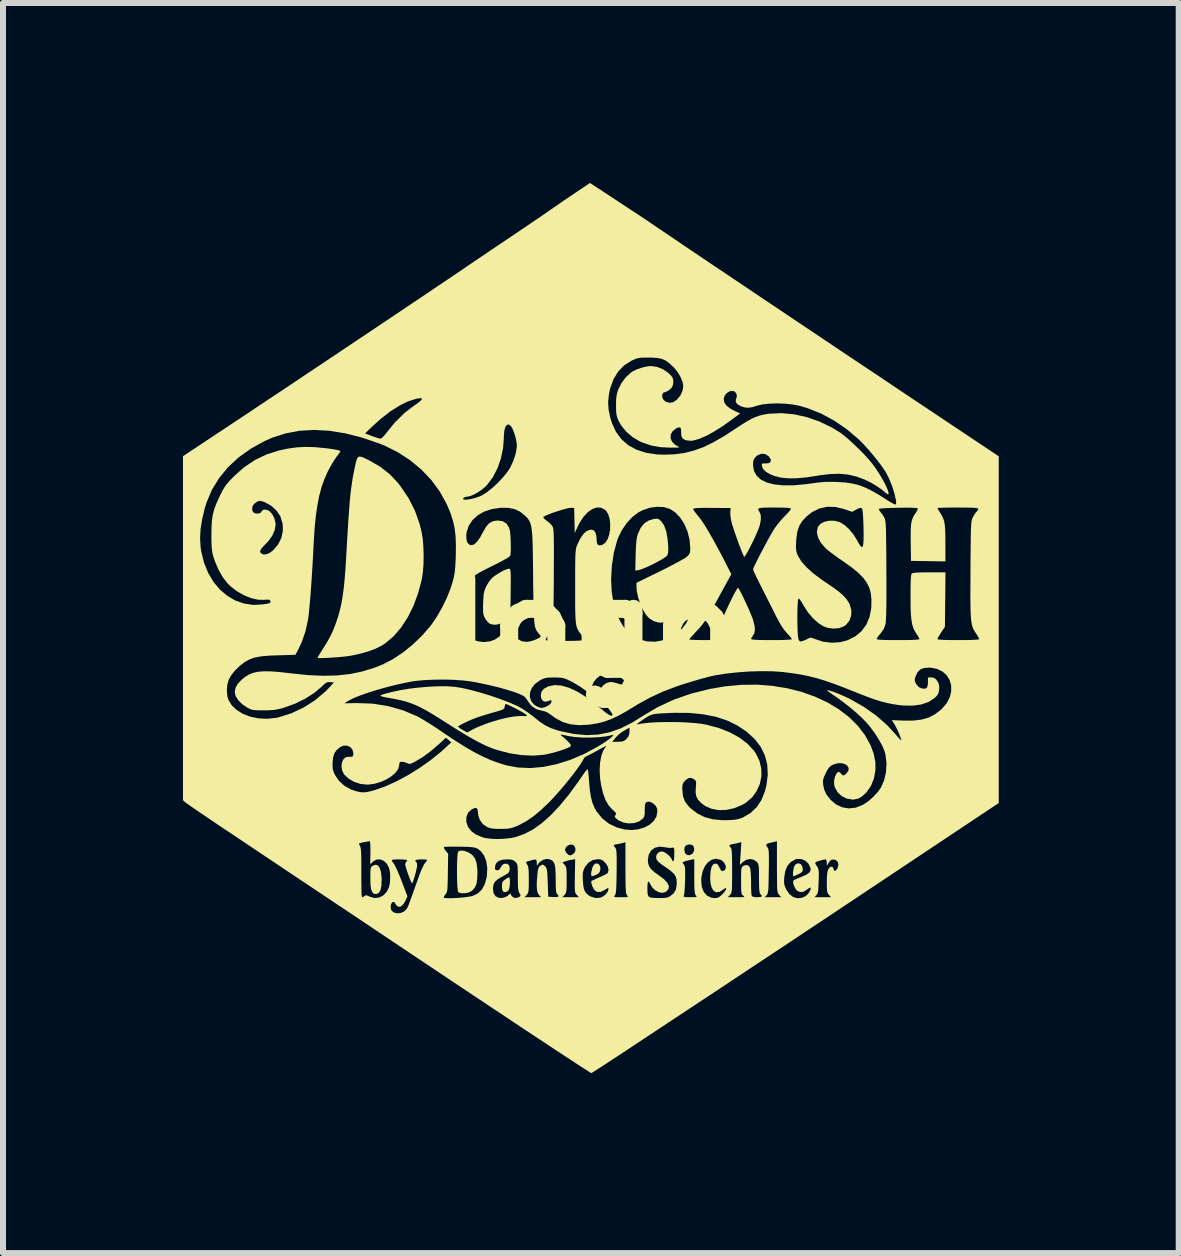
<source format=kicad_pcb>
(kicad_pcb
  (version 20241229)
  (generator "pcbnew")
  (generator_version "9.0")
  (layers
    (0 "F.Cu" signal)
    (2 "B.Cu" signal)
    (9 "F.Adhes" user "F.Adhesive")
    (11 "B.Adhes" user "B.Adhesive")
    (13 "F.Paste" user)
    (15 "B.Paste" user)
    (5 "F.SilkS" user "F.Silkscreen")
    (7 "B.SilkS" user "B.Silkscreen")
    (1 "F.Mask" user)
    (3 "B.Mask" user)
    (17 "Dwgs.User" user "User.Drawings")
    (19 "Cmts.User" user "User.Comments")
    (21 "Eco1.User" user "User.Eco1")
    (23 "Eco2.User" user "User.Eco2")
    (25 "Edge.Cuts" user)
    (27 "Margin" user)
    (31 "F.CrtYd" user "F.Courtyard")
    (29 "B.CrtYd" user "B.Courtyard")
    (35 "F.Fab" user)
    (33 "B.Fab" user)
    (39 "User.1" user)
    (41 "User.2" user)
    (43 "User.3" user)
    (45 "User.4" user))
  (footprint "logo"
    (layer "F.Cu")
    (at 6.794 7.42)
    (property "Reference" "logo" (at 0 0 0) (layer "F.SilkS") (effects (font (size 1.5 1.5) (thickness 0.3))))
    (attr board_only exclude_from_pos_files exclude_from_bom)
    (fp_poly (pts (xy 0.138 3.935) (xy 0.16 3.974) (xy 0.163 4.023) (xy 0.152 4.065) (xy 0.123 4.094) (xy 0.1 4.107) (xy 0.048 4.129) (xy 0.02 4.133) (xy 0.009 4.114) (xy 0.011 4.071) (xy 0.012 4.066) (xy 0.028 3.995) (xy 0.054 3.945) (xy 0.088 3.922) (xy 0.098 3.92)) (stroke (width 0) (type solid)) (fill yes) (layer "F.SilkS"))
    (fp_poly (pts (xy 3.505 3.935) (xy 3.531 3.976) (xy 3.538 4.026) (xy 3.531 4.055) (xy 3.505 4.08) (xy 3.464 4.101) (xy 3.419 4.122) (xy 3.387 4.134) (xy 3.379 4.136) (xy 3.374 4.122) (xy 3.374 4.084) (xy 3.376 4.054) (xy 3.389 3.982) (xy 3.414 3.939) (xy 3.451 3.921) (xy 3.465 3.92)) (stroke (width 0) (type solid)) (fill yes) (layer "F.SilkS"))
    (fp_poly (pts (xy -1.349 4.168) (xy -1.344 4.205) (xy -1.345 4.254) (xy -1.35 4.306) (xy -1.359 4.35) (xy -1.372 4.376) (xy -1.409 4.398) (xy -1.445 4.399) (xy -1.468 4.376) (xy -1.468 4.376) (xy -1.476 4.336) (xy -1.478 4.286) (xy -1.472 4.243) (xy -1.466 4.227) (xy -1.443 4.204) (xy -1.408 4.178) (xy -1.374 4.158) (xy -1.359 4.153)) (stroke (width 0) (type solid)) (fill yes) (layer "F.SilkS"))
    (fp_poly (pts (xy -3.543 3.957) (xy -3.513 4) (xy -3.493 4.071) (xy -3.483 4.168) (xy -3.483 4.193) (xy -3.487 4.295) (xy -3.502 4.366) (xy -3.529 4.411) (xy -3.569 4.431) (xy -3.575 4.432) (xy -3.611 4.429) (xy -3.636 4.404) (xy -3.645 4.387) (xy -3.659 4.347) (xy -3.667 4.288) (xy -3.671 4.202) (xy -3.671 4.163) (xy -3.671 4.084) (xy -3.669 4.033) (xy -3.664 4) (xy -3.654 3.98) (xy -3.638 3.966) (xy -3.628 3.959) (xy -3.582 3.943)) (stroke (width 0) (type solid)) (fill yes) (layer "F.SilkS"))
    (fp_poly (pts (xy -2.105 3.712) (xy -2.033 3.739) (xy -1.972 3.78) (xy -1.928 3.836) (xy -1.901 3.913) (xy -1.888 4.015) (xy -1.886 4.087) (xy -1.89 4.186) (xy -1.902 4.261) (xy -1.925 4.317) (xy -1.962 4.363) (xy -1.987 4.384) (xy -2.031 4.406) (xy -2.089 4.418) (xy -2.147 4.419) (xy -2.192 4.408) (xy -2.206 4.399) (xy -2.213 4.375) (xy -2.219 4.325) (xy -2.223 4.254) (xy -2.226 4.169) (xy -2.227 4.077) (xy -2.227 3.984) (xy -2.225 3.896) (xy -2.221 3.82) (xy -2.216 3.762) (xy -2.209 3.729) (xy -2.206 3.724) (xy -2.165 3.706)) (stroke (width 0) (type solid)) (fill yes) (layer "F.SilkS"))
    (fp_poly (pts (xy 1.141 -1.814) (xy 1.177 -1.782) (xy 1.225 -1.713) (xy 1.261 -1.613) (xy 1.284 -1.482) (xy 1.291 -1.4) (xy 1.295 -1.321) (xy 1.293 -1.268) (xy 1.286 -1.231) (xy 1.275 -1.209) (xy 1.25 -1.186) (xy 1.201 -1.154) (xy 1.136 -1.117) (xy 1.061 -1.077) (xy 0.983 -1.039) (xy 0.909 -1.006) (xy 0.847 -0.981) (xy 0.802 -0.968) (xy 0.801 -0.968) (xy 0.745 -0.959) (xy 0.751 -1.223) (xy 0.755 -1.339) (xy 0.761 -1.427) (xy 0.769 -1.495) (xy 0.78 -1.546) (xy 0.788 -1.57) (xy 0.835 -1.673) (xy 0.895 -1.747) (xy 0.97 -1.795) (xy 1.061 -1.821) (xy 1.108 -1.825)) (stroke (width 0) (type solid)) (fill yes) (layer "F.SilkS"))
    (fp_poly (pts (xy -1.352 -0.99) (xy -1.344 -0.983) (xy -1.338 -0.966) (xy -1.334 -0.935) (xy -1.331 -0.886) (xy -1.331 -0.816) (xy -1.331 -0.72) (xy -1.332 -0.609) (xy -1.337 -0.238) (xy -1.384 -0.177) (xy -1.422 -0.133) (xy -1.46 -0.097) (xy -1.471 -0.09) (xy -1.533 -0.064) (xy -1.604 -0.056) (xy -1.668 -0.068) (xy -1.682 -0.075) (xy -1.718 -0.106) (xy -1.753 -0.152) (xy -1.763 -0.169) (xy -1.778 -0.204) (xy -1.788 -0.239) (xy -1.792 -0.283) (xy -1.793 -0.345) (xy -1.791 -0.422) (xy -1.787 -0.508) (xy -1.781 -0.57) (xy -1.771 -0.618) (xy -1.755 -0.662) (xy -1.736 -0.704) (xy -1.7 -0.764) (xy -1.659 -0.819) (xy -1.63 -0.848) (xy -1.578 -0.886) (xy -1.517 -0.924) (xy -1.456 -0.957) (xy -1.402 -0.98) (xy -1.363 -0.991)) (stroke (width 0) (type solid)) (fill yes) (layer "F.SilkS"))
    (fp_poly (pts (xy -3.809 -2.852) (xy -3.75 -2.826) (xy -3.686 -2.794) (xy -3.504 -2.689) (xy -3.347 -2.565) (xy -3.208 -2.418) (xy -3.167 -2.364) (xy -3.031 -2.162) (xy -2.926 -1.953) (xy -2.848 -1.731) (xy -2.815 -1.595) (xy -2.797 -1.483) (xy -2.787 -1.351) (xy -2.783 -1.209) (xy -2.785 -1.067) (xy -2.795 -0.936) (xy -2.811 -0.825) (xy -2.813 -0.815) (xy -2.874 -0.585) (xy -2.952 -0.372) (xy -3.048 -0.18) (xy -3.158 -0.011) (xy -3.281 0.133) (xy -3.417 0.249) (xy -3.48 0.29) (xy -3.585 0.343) (xy -3.716 0.391) (xy -3.865 0.432) (xy -3.989 0.458) (xy -4.05 0.467) (xy -4.125 0.476) (xy -4.209 0.484) (xy -4.296 0.49) (xy -4.379 0.495) (xy -4.453 0.498) (xy -4.51 0.499) (xy -4.544 0.496) (xy -4.552 0.493) (xy -4.543 0.476) (xy -4.52 0.437) (xy -4.487 0.384) (xy -4.462 0.345) (xy -4.394 0.236) (xy -4.341 0.141) (xy -4.296 0.047) (xy -4.255 -0.058) (xy -4.238 -0.105) (xy -4.205 -0.205) (xy -4.177 -0.307) (xy -4.153 -0.413) (xy -4.133 -0.53) (xy -4.115 -0.661) (xy -4.1 -0.811) (xy -4.086 -0.984) (xy -4.074 -1.184) (xy -4.071 -1.238) (xy -4.058 -1.466) (xy -4.046 -1.664) (xy -4.035 -1.835) (xy -4.024 -1.984) (xy -4.014 -2.114) (xy -4.003 -2.227) (xy -3.991 -2.327) (xy -3.978 -2.419) (xy -3.965 -2.504) (xy -3.949 -2.587) (xy -3.935 -2.658) (xy -3.915 -2.75) (xy -3.898 -2.813) (xy -3.878 -2.849) (xy -3.85 -2.861)) (stroke (width 0) (type solid)) (fill yes) (layer "F.SilkS"))
    (fp_poly (pts (xy 0.332 -7.196) (xy 0.499 -7.086) (xy 0.646 -6.989) (xy 0.78 -6.901) (xy 0.908 -6.816) (xy 1.036 -6.73) (xy 1.173 -6.637) (xy 1.325 -6.534) (xy 1.375 -6.5) (xy 1.464 -6.44) (xy 1.579 -6.362) (xy 1.717 -6.269) (xy 1.876 -6.162) (xy 2.054 -6.042) (xy 2.25 -5.911) (xy 2.46 -5.77) (xy 2.683 -5.62) (xy 2.916 -5.463) (xy 3.159 -5.301) (xy 3.407 -5.134) (xy 3.66 -4.965) (xy 3.915 -4.794) (xy 4.17 -4.623) (xy 4.423 -4.454) (xy 4.672 -4.288) (xy 4.914 -4.126) (xy 5.148 -3.969) (xy 5.371 -3.82) (xy 5.582 -3.68) (xy 5.607 -3.663) (xy 6.803 -2.865) (xy 6.803 0.025) (xy 6.803 2.915) (xy 5.05 4.083) (xy 4.718 4.304) (xy 4.4 4.516) (xy 4.093 4.72) (xy 3.794 4.919) (xy 3.499 5.115) (xy 3.206 5.31) (xy 2.91 5.506) (xy 2.609 5.705) (xy 2.299 5.911) (xy 1.978 6.124) (xy 1.64 6.347) (xy 1.285 6.582) (xy 0.907 6.832) (xy 0.602 7.034) (xy 0.479 7.115) (xy 0.363 7.191) (xy 0.259 7.259) (xy 0.17 7.317) (xy 0.097 7.364) (xy 0.045 7.397) (xy 0.017 7.415) (xy 0.012 7.417) (xy -0.003 7.408) (xy -0.045 7.382) (xy -0.112 7.339) (xy -0.203 7.281) (xy -0.315 7.207) (xy -0.449 7.119) (xy -0.603 7.018) (xy -0.774 6.905) (xy -0.963 6.78) (xy -1.167 6.645) (xy -1.386 6.499) (xy -1.618 6.345) (xy -1.861 6.183) (xy -2.115 6.014) (xy -2.378 5.839) (xy -2.648 5.658) (xy -2.741 5.596) (xy -3.024 5.407) (xy -3.305 5.219) (xy -3.583 5.033) (xy -3.856 4.85) (xy -4.122 4.672) (xy -4.201 4.62) (xy -3.331 4.62) (xy -3.329 4.681) (xy -3.315 4.71) (xy -3.278 4.74) (xy -3.223 4.753) (xy -3.163 4.747) (xy -3.108 4.723) (xy -3.103 4.718) (xy -3.066 4.679) (xy -3.043 4.64) (xy -3.026 4.595) (xy -3.001 4.526) (xy -2.988 4.491) (xy -2.447 4.491) (xy -2.446 4.493) (xy -2.423 4.499) (xy -2.374 4.501) (xy -2.307 4.501) (xy -2.23 4.497) (xy -2.149 4.491) (xy -2.073 4.483) (xy -2.009 4.473) (xy -1.964 4.463) (xy -1.961 4.462) (xy -1.875 4.418) (xy -1.81 4.355) (xy -1.807 4.349) (xy -1.627 4.349) (xy -1.616 4.421) (xy -1.581 4.471) (xy -1.527 4.496) (xy -1.475 4.497) (xy -1.422 4.483) (xy -1.379 4.459) (xy -1.373 4.454) (xy -1.34 4.42) (xy -1.321 4.457) (xy -1.289 4.489) (xy -1.243 4.498) (xy -1.198 4.485) (xy -1.102 4.485) (xy -0.964 4.485) (xy -0.825 4.485) (xy -0.471 4.485) (xy -0.332 4.485) (xy -0.194 4.485) (xy -0.23 4.446) (xy -0.244 4.43) (xy -0.254 4.412) (xy -0.26 4.387) (xy -0.263 4.349) (xy -0.264 4.293) (xy -0.264 4.213) (xy -0.262 4.129) (xy -0.262 4.113) (xy -0.131 4.113) (xy -0.13 4.178) (xy -0.129 4.207) (xy -0.121 4.301) (xy -0.104 4.368) (xy -0.075 4.417) (xy -0.03 4.455) (xy 0.001 4.473) (xy 0.083 4.499) (xy 0.161 4.493) (xy 0.199 4.477) (xy 0.251 4.439) (xy 0.287 4.392) (xy 0.299 4.349) (xy 0.296 4.333) (xy 0.281 4.335) (xy 0.248 4.355) (xy 0.239 4.361) (xy 0.174 4.394) (xy 0.12 4.398) (xy 0.077 4.378) (xy 0.054 4.35) (xy 0.032 4.308) (xy 0.016 4.264) (xy 0.01 4.229) (xy 0.014 4.216) (xy 0.033 4.205) (xy 0.076 4.185) (xy 0.132 4.159) (xy 0.15 4.152) (xy 0.209 4.125) (xy 0.257 4.101) (xy 0.284 4.083) (xy 0.286 4.08) (xy 0.3 4.031) (xy 0.286 3.973) (xy 0.248 3.914) (xy 0.245 3.911) (xy 0.204 3.873) (xy 0.166 3.855) (xy 0.121 3.851) (xy 0.036 3.865) (xy -0.036 3.909) (xy -0.093 3.982) (xy -0.096 3.987) (xy -0.115 4.028) (xy -0.127 4.066) (xy -0.131 4.113) (xy -0.262 4.113) (xy -0.257 3.851) (xy -0.319 3.861) (xy -0.374 3.872) (xy -0.423 3.887) (xy -0.425 3.888) (xy -0.47 3.905) (xy -0.434 3.943) (xy -0.42 3.961) (xy -0.41 3.983) (xy -0.403 4.016) (xy -0.4 4.064) (xy -0.399 4.136) (xy -0.399 4.195) (xy -0.399 4.284) (xy -0.401 4.346) (xy -0.405 4.387) (xy -0.413 4.415) (xy -0.425 4.435) (xy -0.435 4.447) (xy -0.471 4.485) (xy -0.825 4.485) (xy -0.861 4.447) (xy -0.881 4.415) (xy -0.893 4.367) (xy -0.898 4.3) (xy -0.895 4.208) (xy -0.886 4.098) (xy -0.878 4.034) (xy -0.868 3.994) (xy -0.85 3.97) (xy -0.835 3.958) (xy -0.805 3.942) (xy -0.783 3.947) (xy -0.759 3.968) (xy -0.744 3.985) (xy -0.734 4.007) (xy -0.727 4.039) (xy -0.721 4.087) (xy -0.718 4.158) (xy -0.714 4.241) (xy -0.706 4.477) (xy -0.619 4.482) (xy -0.561 4.482) (xy -0.535 4.472) (xy -0.539 4.452) (xy -0.557 4.435) (xy -0.567 4.42) (xy -0.574 4.391) (xy -0.579 4.344) (xy -0.581 4.273) (xy -0.582 4.188) (xy -0.583 4.081) (xy -0.588 4.001) (xy -0.597 3.944) (xy -0.613 3.904) (xy -0.637 3.877) (xy -0.669 3.857) (xy -0.67 3.857) (xy -0.728 3.846) (xy -0.791 3.861) (xy -0.848 3.898) (xy -0.864 3.916) (xy -0.897 3.958) (xy -0.897 3.906) (xy -0.9 3.873) (xy -0.912 3.858) (xy -0.941 3.858) (xy -0.994 3.871) (xy -1.003 3.874) (xy -1.052 3.888) (xy -1.074 3.899) (xy -1.074 3.912) (xy -1.059 3.936) (xy -1.057 3.94) (xy -1.045 3.963) (xy -1.037 3.999) (xy -1.032 4.053) (xy -1.03 4.131) (xy -1.03 4.193) (xy -1.03 4.282) (xy -1.032 4.345) (xy -1.036 4.387) (xy -1.044 4.415) (xy -1.056 4.435) (xy -1.066 4.447) (xy -1.102 4.485) (xy -1.198 4.485) (xy -1.196 4.485) (xy -1.189 4.48) (xy -1.168 4.461) (xy -1.17 4.442) (xy -1.185 4.418) (xy -1.197 4.395) (xy -1.205 4.361) (xy -1.21 4.311) (xy -1.212 4.239) (xy -1.213 4.157) (xy -1.213 4.067) (xy -1.215 4.004) (xy -1.218 3.962) (xy -1.225 3.934) (xy -1.236 3.914) (xy -1.252 3.896) (xy -1.253 3.895) (xy -1.285 3.87) (xy -1.323 3.858) (xy -1.38 3.854) (xy -1.387 3.854) (xy -1.479 3.862) (xy -1.543 3.887) (xy -1.582 3.931) (xy -1.595 3.993) (xy -1.595 3.997) (xy -1.587 4.028) (xy -1.559 4.037) (xy -1.555 4.037) (xy -1.521 4.026) (xy -1.499 3.99) (xy -1.498 3.988) (xy -1.468 3.943) (xy -1.438 3.928) (xy -1.389 3.927) (xy -1.358 3.954) (xy -1.348 4.005) (xy -1.349 4.019) (xy -1.354 4.05) (xy -1.366 4.074) (xy -1.393 4.096) (xy -1.441 4.124) (xy -1.468 4.139) (xy -1.543 4.182) (xy -1.591 4.224) (xy -1.617 4.27) (xy -1.627 4.328) (xy -1.627 4.349) (xy -1.807 4.349) (xy -1.764 4.27) (xy -1.734 4.159) (xy -1.728 4.121) (xy -1.722 4) (xy -1.738 3.889) (xy -1.774 3.793) (xy -1.829 3.718) (xy -1.87 3.686) (xy -0.425 3.686) (xy -0.423 3.71) (xy -0.4 3.751) (xy -0.366 3.78) (xy -0.341 3.788) (xy -0.315 3.779) (xy -0.286 3.762) (xy -0.255 3.722) (xy -0.253 3.671) (xy -0.266 3.637) (xy -0.285 3.62) (xy 0.385 3.62) (xy 0.396 3.642) (xy 0.41 3.658) (xy 0.419 3.671) (xy 0.426 3.691) (xy 0.43 3.723) (xy 0.433 3.77) (xy 0.435 3.836) (xy 0.435 3.927) (xy 0.434 4.047) (xy 0.434 4.058) (xy 0.432 4.181) (xy 0.43 4.276) (xy 0.427 4.346) (xy 0.422 4.395) (xy 0.417 4.427) (xy 0.409 4.448) (xy 0.403 4.456) (xy 0.392 4.471) (xy 0.395 4.479) (xy 0.418 4.484) (xy 0.465 4.485) (xy 0.507 4.485) (xy 0.571 4.485) (xy 0.608 4.483) (xy 0.621 4.477) (xy 0.618 4.466) (xy 0.609 4.455) (xy 0.6 4.442) (xy 0.594 4.422) (xy 0.589 4.391) (xy 0.586 4.345) (xy 0.585 4.323) (xy 0.947 4.323) (xy 0.948 4.4) (xy 0.954 4.449) (xy 0.97 4.477) (xy 1.004 4.491) (xy 1.061 4.496) (xy 1.118 4.498) (xy 1.196 4.499) (xy 1.25 4.495) (xy 1.288 4.487) (xy 1.321 4.471) (xy 1.324 4.469) (xy 1.386 4.419) (xy 1.422 4.356) (xy 1.436 4.273) (xy 1.436 4.254) (xy 1.433 4.19) (xy 1.418 4.138) (xy 1.387 4.092) (xy 1.335 4.045) (xy 1.259 3.99) (xy 1.258 3.989) (xy 1.186 3.94) (xy 1.158 3.917) (xy 1.537 3.917) (xy 1.552 3.936) (xy 1.563 3.953) (xy 1.571 3.977) (xy 1.575 4.016) (xy 1.576 4.074) (xy 1.576 4.157) (xy 1.575 4.197) (xy 1.572 4.283) (xy 1.568 4.359) (xy 1.562 4.418) (xy 1.557 4.452) (xy 1.555 4.456) (xy 1.551 4.471) (xy 1.561 4.48) (xy 1.59 4.484) (xy 1.645 4.485) (xy 1.662 4.485) (xy 1.724 4.485) (xy 1.757 4.482) (xy 1.768 4.476) (xy 1.763 4.464) (xy 1.755 4.455) (xy 1.745 4.439) (xy 1.738 4.415) (xy 1.733 4.377) (xy 1.73 4.32) (xy 1.728 4.24) (xy 1.728 4.213) (xy 1.844 4.213) (xy 1.855 4.318) (xy 1.889 4.401) (xy 1.943 4.46) (xy 2.017 4.494) (xy 2.074 4.501) (xy 2.116 4.495) (xy 2.133 4.485) (xy 2.287 4.485) (xy 2.434 4.485) (xy 2.504 4.485) (xy 2.545 4.483) (xy 2.562 4.479) (xy 2.559 4.47) (xy 2.545 4.459) (xy 2.53 4.447) (xy 2.52 4.431) (xy 2.514 4.405) (xy 2.51 4.363) (xy 2.509 4.3) (xy 2.508 4.211) (xy 2.509 4.121) (xy 2.51 4.058) (xy 2.513 4.017) (xy 2.52 3.991) (xy 2.53 3.975) (xy 2.545 3.964) (xy 2.548 3.962) (xy 2.595 3.946) (xy 2.635 3.961) (xy 2.659 3.999) (xy 2.665 4.031) (xy 2.67 4.088) (xy 2.674 4.162) (xy 2.675 4.236) (xy 2.675 4.315) (xy 2.678 4.384) (xy 2.681 4.435) (xy 2.685 4.459) (xy 2.703 4.477) (xy 2.745 4.484) (xy 2.776 4.485) (xy 2.902 4.485) (xy 3.04 4.485) (xy 3.179 4.485) (xy 3.143 4.447) (xy 3.132 4.434) (xy 3.123 4.419) (xy 3.117 4.398) (xy 3.112 4.367) (xy 3.109 4.321) (xy 3.108 4.256) (xy 3.107 4.22) (xy 3.224 4.22) (xy 3.228 4.269) (xy 3.243 4.315) (xy 3.262 4.358) (xy 3.314 4.434) (xy 3.379 4.483) (xy 3.452 4.503) (xy 3.53 4.492) (xy 3.545 4.485) (xy 3.733 4.485) (xy 3.871 4.485) (xy 4.009 4.485) (xy 3.973 4.447) (xy 3.957 4.426) (xy 3.946 4.4) (xy 3.94 4.363) (xy 3.938 4.306) (xy 3.937 4.238) (xy 3.939 4.142) (xy 3.946 4.074) (xy 3.959 4.028) (xy 3.963 4.018) (xy 3.991 3.983) (xy 4.021 3.975) (xy 4.043 3.993) (xy 4.05 4.017) (xy 4.062 4.045) (xy 4.083 4.044) (xy 4.108 4.014) (xy 4.117 3.998) (xy 4.131 3.941) (xy 4.119 3.894) (xy 4.084 3.864) (xy 4.057 3.857) (xy 4.018 3.859) (xy 3.991 3.878) (xy 3.971 3.907) (xy 3.937 3.962) (xy 3.937 3.908) (xy 3.932 3.871) (xy 3.921 3.854) (xy 3.92 3.854) (xy 3.885 3.859) (xy 3.839 3.87) (xy 3.792 3.884) (xy 3.756 3.898) (xy 3.745 3.906) (xy 3.748 3.927) (xy 3.767 3.961) (xy 3.772 3.968) (xy 3.787 3.991) (xy 3.796 4.016) (xy 3.802 4.051) (xy 3.804 4.102) (xy 3.802 4.177) (xy 3.801 4.216) (xy 3.798 4.304) (xy 3.794 4.365) (xy 3.787 4.406) (xy 3.777 4.433) (xy 3.764 4.45) (xy 3.733 4.485) (xy 3.545 4.485) (xy 3.58 4.469) (xy 3.616 4.438) (xy 3.646 4.399) (xy 3.666 4.36) (xy 3.669 4.33) (xy 3.666 4.325) (xy 3.648 4.328) (xy 3.617 4.349) (xy 3.604 4.359) (xy 3.545 4.395) (xy 3.49 4.398) (xy 3.443 4.377) (xy 3.417 4.347) (xy 3.394 4.303) (xy 3.379 4.257) (xy 3.376 4.219) (xy 3.382 4.205) (xy 3.404 4.192) (xy 3.448 4.172) (xy 3.506 4.149) (xy 3.519 4.144) (xy 3.596 4.11) (xy 3.643 4.077) (xy 3.666 4.042) (xy 3.666 4) (xy 3.664 3.995) (xy 3.633 3.928) (xy 3.58 3.878) (xy 3.514 3.849) (xy 3.443 3.846) (xy 3.412 3.855) (xy 3.335 3.899) (xy 3.279 3.965) (xy 3.243 4.055) (xy 3.228 4.153) (xy 3.224 4.22) (xy 3.107 4.22) (xy 3.107 4.169) (xy 3.106 4.055) (xy 3.106 3.98) (xy 3.106 3.551) (xy 3.063 3.562) (xy 3.012 3.574) (xy 2.972 3.583) (xy 2.933 3.599) (xy 2.926 3.625) (xy 2.95 3.655) (xy 2.958 3.666) (xy 2.964 3.686) (xy 2.969 3.719) (xy 2.971 3.768) (xy 2.972 3.839) (xy 2.972 3.935) (xy 2.97 4.046) (xy 2.968 4.167) (xy 2.966 4.26) (xy 2.964 4.328) (xy 2.96 4.376) (xy 2.954 4.409) (xy 2.947 4.431) (xy 2.938 4.446) (xy 2.934 4.45) (xy 2.902 4.485) (xy 2.776 4.485) (xy 2.831 4.482) (xy 2.855 4.47) (xy 2.848 4.45) (xy 2.832 4.435) (xy 2.822 4.421) (xy 2.815 4.393) (xy 2.811 4.347) (xy 2.808 4.278) (xy 2.807 4.181) (xy 2.807 4.177) (xy 2.807 4.083) (xy 2.806 4.016) (xy 2.802 3.97) (xy 2.796 3.939) (xy 2.786 3.917) (xy 2.772 3.897) (xy 2.769 3.894) (xy 2.718 3.859) (xy 2.656 3.848) (xy 2.591 3.863) (xy 2.538 3.899) (xy 2.489 3.945) (xy 2.501 3.756) (xy 2.513 3.567) (xy 2.473 3.577) (xy 2.43 3.588) (xy 2.376 3.598) (xy 2.371 3.599) (xy 2.326 3.61) (xy 2.311 3.625) (xy 2.325 3.647) (xy 2.334 3.655) (xy 2.342 3.666) (xy 2.349 3.689) (xy 2.353 3.726) (xy 2.356 3.781) (xy 2.358 3.859) (xy 2.359 3.964) (xy 2.359 4.042) (xy 2.359 4.162) (xy 2.358 4.252) (xy 2.357 4.319) (xy 2.354 4.366) (xy 2.349 4.399) (xy 2.342 4.42) (xy 2.333 4.435) (xy 2.323 4.447) (xy 2.287 4.485) (xy 2.133 4.485) (xy 2.157 4.472) (xy 2.195 4.437) (xy 2.233 4.394) (xy 2.255 4.36) (xy 2.261 4.337) (xy 2.25 4.332) (xy 2.221 4.349) (xy 2.208 4.359) (xy 2.148 4.396) (xy 2.095 4.402) (xy 2.051 4.379) (xy 2.019 4.327) (xy 1.999 4.25) (xy 1.993 4.168) (xy 1.999 4.061) (xy 2.015 3.985) (xy 2.042 3.94) (xy 2.061 3.928) (xy 2.096 3.925) (xy 2.122 3.943) (xy 2.147 3.987) (xy 2.151 3.998) (xy 2.177 4.041) (xy 2.203 4.05) (xy 2.239 4.031) (xy 2.254 3.995) (xy 2.249 3.951) (xy 2.225 3.907) (xy 2.185 3.87) (xy 2.164 3.86) (xy 2.09 3.844) (xy 2.021 3.859) (xy 1.959 3.9) (xy 1.907 3.964) (xy 1.869 4.048) (xy 1.848 4.148) (xy 1.844 4.213) (xy 1.728 4.213) (xy 1.728 4.137) (xy 1.728 3.85) (xy 1.668 3.862) (xy 1.614 3.874) (xy 1.567 3.888) (xy 1.566 3.889) (xy 1.537 3.902) (xy 1.537 3.917) (xy 1.158 3.917) (xy 1.138 3.902) (xy 1.11 3.871) (xy 1.096 3.843) (xy 1.092 3.811) (xy 1.092 3.81) (xy 1.107 3.762) (xy 1.146 3.73) (xy 1.19 3.721) (xy 1.228 3.733) (xy 1.274 3.763) (xy 1.318 3.802) (xy 1.348 3.842) (xy 1.354 3.855) (xy 1.368 3.885) (xy 1.381 3.884) (xy 1.39 3.855) (xy 1.395 3.8) (xy 1.395 3.769) (xy 1.395 3.708) (xy 1.394 3.699) (xy 1.562 3.699) (xy 1.574 3.75) (xy 1.606 3.78) (xy 1.65 3.785) (xy 1.696 3.761) (xy 1.697 3.76) (xy 1.721 3.721) (xy 1.727 3.673) (xy 1.713 3.631) (xy 1.708 3.625) (xy 1.677 3.609) (xy 1.645 3.605) (xy 1.595 3.616) (xy 1.568 3.65) (xy 1.562 3.699) (xy 1.394 3.699) (xy 1.392 3.673) (xy 1.384 3.659) (xy 1.368 3.658) (xy 1.355 3.661) (xy 1.313 3.663) (xy 1.259 3.656) (xy 1.24 3.652) (xy 1.15 3.642) (xy 1.072 3.66) (xy 1.011 3.704) (xy 0.971 3.77) (xy 0.955 3.856) (xy 0.955 3.863) (xy 0.96 3.923) (xy 0.977 3.973) (xy 1.01 4.019) (xy 1.065 4.068) (xy 1.138 4.12) (xy 1.226 4.187) (xy 1.282 4.248) (xy 1.306 4.304) (xy 1.297 4.352) (xy 1.256 4.394) (xy 1.254 4.396) (xy 1.201 4.412) (xy 1.141 4.403) (xy 1.081 4.372) (xy 1.029 4.324) (xy 0.997 4.27) (xy 0.976 4.23) (xy 0.961 4.223) (xy 0.951 4.249) (xy 0.947 4.307) (xy 0.947 4.323) (xy 0.585 4.323) (xy 0.583 4.28) (xy 0.582 4.192) (xy 0.581 4.077) (xy 0.581 3.996) (xy 0.581 3.568) (xy 0.544 3.579) (xy 0.502 3.589) (xy 0.45 3.599) (xy 0.444 3.6) (xy 0.4 3.608) (xy 0.385 3.62) (xy -0.285 3.62) (xy -0.296 3.611) (xy -0.335 3.607) (xy -0.376 3.621) (xy -0.409 3.649) (xy -0.425 3.686) (xy -1.87 3.686) (xy -1.877 3.681) (xy -1.904 3.667) (xy -1.935 3.657) (xy -1.977 3.651) (xy -2.035 3.646) (xy -2.116 3.644) (xy -2.182 3.643) (xy -2.27 3.642) (xy -2.346 3.642) (xy -2.405 3.644) (xy -2.439 3.646) (xy -2.445 3.648) (xy -2.444 3.665) (xy -2.426 3.696) (xy -2.417 3.708) (xy -2.374 3.759) (xy -2.379 4.079) (xy -2.381 4.19) (xy -2.383 4.273) (xy -2.386 4.333) (xy -2.39 4.374) (xy -2.397 4.401) (xy -2.406 4.42) (xy -2.418 4.436) (xy -2.421 4.44) (xy -2.443 4.47) (xy -2.447 4.491) (xy -2.988 4.491) (xy -2.969 4.439) (xy -2.934 4.341) (xy -2.898 4.24) (xy -2.863 4.142) (xy -2.856 4.121) (xy -2.828 4.049) (xy -2.799 3.984) (xy -2.774 3.935) (xy -2.763 3.92) (xy -2.737 3.887) (xy -2.725 3.866) (xy -2.724 3.864) (xy -2.739 3.859) (xy -2.779 3.855) (xy -2.824 3.854) (xy -2.886 3.858) (xy -2.919 3.867) (xy -2.922 3.883) (xy -2.907 3.896) (xy -2.895 3.918) (xy -2.891 3.95) (xy -2.895 3.985) (xy -2.906 4.037) (xy -2.921 4.097) (xy -2.938 4.157) (xy -2.955 4.209) (xy -2.969 4.243) (xy -2.976 4.253) (xy -2.986 4.238) (xy -3.004 4.2) (xy -3.025 4.147) (xy -3.047 4.086) (xy -3.067 4.026) (xy -3.082 3.975) (xy -3.09 3.941) (xy -3.09 3.937) (xy -3.082 3.906) (xy -3.073 3.896) (xy -3.057 3.874) (xy -3.057 3.87) (xy -3.072 3.863) (xy -3.11 3.857) (xy -3.162 3.855) (xy -3.218 3.854) (xy -3.268 3.856) (xy -3.303 3.861) (xy -3.312 3.865) (xy -3.309 3.884) (xy -3.289 3.914) (xy -3.284 3.919) (xy -3.265 3.949) (xy -3.237 4.004) (xy -3.205 4.077) (xy -3.17 4.162) (xy -3.149 4.217) (xy -3.053 4.471) (xy -3.082 4.536) (xy -3.12 4.601) (xy -3.16 4.638) (xy -3.199 4.646) (xy -3.234 4.624) (xy -3.253 4.593) (xy -3.276 4.564) (xy -3.302 4.566) (xy -3.323 4.595) (xy -3.331 4.62) (xy -4.201 4.62) (xy -4.38 4.5) (xy -4.627 4.335) (xy -4.863 4.178) (xy -5.084 4.03) (xy -5.29 3.892) (xy -5.479 3.766) (xy -5.648 3.652) (xy -5.732 3.596) (xy -3.86 3.596) (xy -3.854 3.614) (xy -3.846 3.626) (xy -3.838 3.643) (xy -3.832 3.669) (xy -3.827 3.709) (xy -3.824 3.767) (xy -3.822 3.847) (xy -3.821 3.952) (xy -3.821 4.085) (xy -3.821 4.214) (xy -3.82 4.313) (xy -3.819 4.386) (xy -3.817 4.437) (xy -3.814 4.468) (xy -3.809 4.484) (xy -3.803 4.488) (xy -3.795 4.483) (xy -3.79 4.48) (xy -3.761 4.458) (xy -3.743 4.452) (xy -3.718 4.459) (xy -3.679 4.476) (xy -3.672 4.479) (xy -3.598 4.499) (xy -3.524 4.49) (xy -3.455 4.455) (xy -3.399 4.397) (xy -3.36 4.319) (xy -3.357 4.308) (xy -3.344 4.233) (xy -3.34 4.146) (xy -3.345 4.062) (xy -3.358 4.002) (xy -3.394 3.93) (xy -3.445 3.88) (xy -3.503 3.855) (xy -3.564 3.856) (xy -3.621 3.886) (xy -3.631 3.896) (xy -3.673 3.937) (xy -3.67 3.742) (xy -3.67 3.666) (xy -3.672 3.605) (xy -3.676 3.564) (xy -3.682 3.55) (xy -3.707 3.555) (xy -3.749 3.562) (xy -3.754 3.563) (xy -3.816 3.575) (xy -3.849 3.585) (xy -3.86 3.596) (xy -5.732 3.596) (xy -5.797 3.553) (xy -5.923 3.468) (xy -6.025 3.4) (xy -6.097 3.353) (xy -6.227 3.266) (xy -6.286 3.226) (xy -2.072 3.226) (xy -2.044 3.311) (xy -1.987 3.384) (xy -1.905 3.444) (xy -1.799 3.487) (xy -1.761 3.497) (xy -1.667 3.51) (xy -1.554 3.515) (xy -1.434 3.51) (xy -1.321 3.497) (xy -1.246 3.481) (xy -1.102 3.43) (xy -0.959 3.355) (xy -0.816 3.253) (xy -0.67 3.124) (xy -0.521 2.967) (xy -0.367 2.781) (xy -0.208 2.563) (xy -0.134 2.455) (xy -0.098 2.404) (xy -0.069 2.368) (xy -0.051 2.351) (xy -0.049 2.351) (xy -0.043 2.37) (xy -0.037 2.414) (xy -0.031 2.478) (xy -0.026 2.545) (xy -0.013 2.692) (xy 0.005 2.811) (xy 0.03 2.91) (xy 0.065 2.993) (xy 0.098 3.053) (xy 0.192 3.169) (xy 0.305 3.259) (xy 0.438 3.322) (xy 0.567 3.356) (xy 0.684 3.365) (xy 0.796 3.353) (xy 0.897 3.322) (xy 0.984 3.276) (xy 1.052 3.215) (xy 1.096 3.143) (xy 1.113 3.062) (xy 1.113 3.06) (xy 1.107 3.003) (xy 1.084 2.961) (xy 1.064 2.939) (xy 1.015 2.904) (xy 0.966 2.891) (xy 0.926 2.903) (xy 0.917 2.912) (xy 0.908 2.939) (xy 0.903 2.987) (xy 0.902 3.034) (xy 0.902 3.098) (xy 0.893 3.14) (xy 0.875 3.17) (xy 0.872 3.173) (xy 0.809 3.221) (xy 0.729 3.248) (xy 0.639 3.255) (xy 0.55 3.241) (xy 0.469 3.206) (xy 0.437 3.182) (xy 0.408 3.154) (xy 0.403 3.134) (xy 0.415 3.115) (xy 0.425 3.097) (xy 0.42 3.079) (xy 0.396 3.052) (xy 0.362 3.023) (xy 0.301 2.955) (xy 0.249 2.865) (xy 0.207 2.748) (xy 0.176 2.62) (xy 0.157 2.493) (xy 0.151 2.365) (xy 0.158 2.244) (xy 0.177 2.136) (xy 0.208 2.049) (xy 0.231 2.008) (xy 0.253 1.977) (xy 0.262 1.961) (xy 0.261 1.96) (xy 0.246 1.968) (xy 0.207 1.988) (xy 0.151 2.018) (xy 0.091 2.052) (xy 0.024 2.088) (xy -0.032 2.117) (xy -0.071 2.137) (xy -0.087 2.143) (xy -0.101 2.156) (xy -0.123 2.19) (xy -0.131 2.206) (xy -0.165 2.263) (xy -0.218 2.339) (xy -0.285 2.429) (xy -0.362 2.527) (xy -0.445 2.629) (xy -0.53 2.728) (xy -0.613 2.82) (xy -0.688 2.9) (xy -0.697 2.908) (xy -0.83 3.034) (xy -0.952 3.136) (xy -1.07 3.216) (xy -1.187 3.28) (xy -1.229 3.299) (xy -1.289 3.322) (xy -1.342 3.336) (xy -1.401 3.344) (xy -1.48 3.346) (xy -1.495 3.346) (xy -1.583 3.345) (xy -1.648 3.338) (xy -1.699 3.326) (xy -1.725 3.315) (xy -1.796 3.266) (xy -1.847 3.196) (xy -1.874 3.112) (xy -1.877 3.075) (xy -1.884 3.022) (xy -1.904 2.997) (xy -1.942 3.001) (xy -1.983 3.022) (xy -2.041 3.075) (xy -2.07 3.146) (xy -2.072 3.226) (xy -6.286 3.226) (xy -6.349 3.183) (xy -6.461 3.107) (xy -6.559 3.041) (xy -6.641 2.984) (xy -6.704 2.941) (xy -6.744 2.913) (xy -6.757 2.902) (xy -6.794 2.868) (xy -6.794 2.303) (xy -4.301 2.303) (xy -4.296 2.354) (xy -4.281 2.402) (xy -4.259 2.449) (xy -4.195 2.544) (xy -4.105 2.626) (xy -3.996 2.688) (xy -3.892 2.723) (xy -3.833 2.734) (xy -3.781 2.737) (xy -3.724 2.731) (xy -3.654 2.715) (xy -3.597 2.699) (xy -3.423 2.638) (xy -3.236 2.554) (xy -3.043 2.45) (xy -2.852 2.332) (xy -2.667 2.201) (xy -2.496 2.063) (xy -2.436 2.009) (xy -2.322 1.904) (xy -2.367 1.865) (xy -2.412 1.826) (xy -2.506 1.914) (xy -2.647 2.037) (xy -2.791 2.144) (xy -2.908 2.215) (xy -2.965 2.245) (xy -3.001 2.26) (xy -3.027 2.262) (xy -3.05 2.254) (xy -3.057 2.25) (xy -3.105 2.232) (xy -3.144 2.227) (xy -3.175 2.23) (xy -3.187 2.247) (xy -3.19 2.284) (xy -3.205 2.345) (xy -3.249 2.407) (xy -3.314 2.465) (xy -3.397 2.518) (xy -3.492 2.561) (xy -3.593 2.592) (xy -3.696 2.607) (xy -3.73 2.608) (xy -3.838 2.596) (xy -3.943 2.561) (xy -4.034 2.508) (xy -4.104 2.442) (xy -4.115 2.427) (xy -4.143 2.365) (xy -4.152 2.3) (xy -4.144 2.237) (xy -4.12 2.186) (xy -4.082 2.152) (xy -4.039 2.144) (xy -3.989 2.145) (xy -3.964 2.136) (xy -3.955 2.112) (xy -3.954 2.088) (xy -3.968 2.027) (xy -4.005 1.983) (xy -4.057 1.959) (xy -4.117 1.958) (xy -4.17 1.981) (xy -4.231 2.03) (xy -4.27 2.084) (xy -4.291 2.151) (xy -4.3 2.233) (xy -4.301 2.303) (xy -6.794 2.303) (xy -6.794 0.001) (xy -6.794 -1.501) (xy -6.509 -1.501) (xy -6.501 -1.355) (xy -6.488 -1.271) (xy -6.442 -1.086) (xy -6.373 -0.918) (xy -6.285 -0.77) (xy -6.178 -0.643) (xy -6.056 -0.539) (xy -5.922 -0.461) (xy -5.776 -0.41) (xy -5.622 -0.387) (xy -5.473 -0.395) (xy -5.402 -0.405) (xy -5.359 -0.414) (xy -5.338 -0.425) (xy -5.334 -0.439) (xy -5.338 -0.456) (xy -5.351 -0.471) (xy -5.378 -0.476) (xy -5.428 -0.473) (xy -5.438 -0.472) (xy -5.542 -0.474) (xy -5.658 -0.5) (xy -5.777 -0.548) (xy -5.893 -0.614) (xy -5.998 -0.695) (xy -6.053 -0.748) (xy -6.127 -0.844) (xy -6.196 -0.963) (xy -6.255 -1.096) (xy -6.289 -1.196) (xy -6.302 -1.248) (xy -6.311 -1.304) (xy -6.317 -1.372) (xy -6.32 -1.458) (xy -6.32 -1.562) (xy -6.318 -1.692) (xy -6.311 -1.799) (xy -6.297 -1.891) (xy -6.277 -1.967) (xy -5.64 -1.967) (xy -5.635 -1.953) (xy -5.614 -1.923) (xy -5.58 -1.911) (xy -5.556 -1.91) (xy -5.512 -1.915) (xy -5.491 -1.933) (xy -5.487 -1.944) (xy -5.465 -1.969) (xy -5.426 -1.977) (xy -5.379 -1.965) (xy -5.353 -1.951) (xy -5.309 -1.904) (xy -5.273 -1.837) (xy -5.253 -1.762) (xy -5.25 -1.724) (xy -5.264 -1.636) (xy -5.305 -1.543) (xy -5.368 -1.453) (xy -5.407 -1.412) (xy -5.463 -1.355) (xy -5.496 -1.313) (xy -5.508 -1.283) (xy -5.502 -1.259) (xy -5.498 -1.253) (xy -5.458 -1.229) (xy -5.405 -1.231) (xy -5.344 -1.257) (xy -5.291 -1.298) (xy -5.209 -1.394) (xy -5.155 -1.503) (xy -5.129 -1.62) (xy -5.133 -1.739) (xy -5.168 -1.855) (xy -5.174 -1.87) (xy -5.238 -1.963) (xy -5.326 -2.042) (xy -5.434 -2.1) (xy -5.44 -2.102) (xy -5.489 -2.118) (xy -5.523 -2.12) (xy -5.558 -2.108) (xy -5.559 -2.107) (xy -5.611 -2.069) (xy -5.639 -2.02) (xy -5.64 -1.967) (xy -6.277 -1.967) (xy -6.275 -1.978) (xy -6.241 -2.069) (xy -6.194 -2.173) (xy -6.177 -2.209) (xy -6.137 -2.289) (xy -6.101 -2.351) (xy -6.061 -2.406) (xy -6.012 -2.462) (xy -5.944 -2.531) (xy -5.941 -2.535) (xy -5.773 -2.683) (xy -5.594 -2.803) (xy -5.402 -2.895) (xy -5.191 -2.962) (xy -5.05 -2.992) (xy -4.899 -3.013) (xy -4.752 -3.021) (xy -4.597 -3.017) (xy -4.424 -3) (xy -4.418 -3) (xy -4.313 -2.986) (xy -4.238 -2.973) (xy -4.192 -2.962) (xy -4.171 -2.951) (xy -4.17 -2.947) (xy -4.179 -2.932) (xy -4.203 -2.898) (xy -4.237 -2.853) (xy -4.273 -2.8) (xy -4.317 -2.728) (xy -4.361 -2.648) (xy -4.386 -2.6) (xy -4.439 -2.479) (xy -4.485 -2.351) (xy -4.522 -2.21) (xy -4.553 -2.053) (xy -4.579 -1.876) (xy -4.599 -1.674) (xy -4.614 -1.445) (xy -4.618 -1.371) (xy -4.628 -1.174) (xy -4.639 -0.982) (xy -4.651 -0.798) (xy -4.663 -0.627) (xy -4.675 -0.472) (xy -4.687 -0.338) (xy -4.698 -0.229) (xy -4.709 -0.148) (xy -4.71 -0.141) (xy -4.751 0.048) (xy -4.812 0.227) (xy -4.868 0.347) (xy -4.92 0.444) (xy -5.213 0.453) (xy -5.349 0.458) (xy -5.458 0.466) (xy -5.546 0.479) (xy -5.619 0.496) (xy -5.682 0.52) (xy -5.743 0.552) (xy -5.767 0.567) (xy -5.847 0.628) (xy -5.924 0.703) (xy -5.988 0.782) (xy -6.031 0.857) (xy -6.055 0.941) (xy -6.063 1.037) (xy -6.055 1.13) (xy -6.038 1.192) (xy -5.982 1.285) (xy -5.899 1.364) (xy -5.795 1.428) (xy -5.674 1.475) (xy -5.54 1.503) (xy -5.398 1.511) (xy -5.253 1.497) (xy -5.2 1.486) (xy -4.989 1.42) (xy -4.785 1.324) (xy -4.671 1.252) (xy -4.103 1.252) (xy -4.088 1.252) (xy -4.045 1.252) (xy -3.982 1.251) (xy -3.905 1.249) (xy -3.9 1.249) (xy -3.635 1.258) (xy -3.375 1.299) (xy -3.123 1.371) (xy -2.891 1.469) (xy -2.832 1.501) (xy -2.754 1.548) (xy -2.662 1.605) (xy -2.564 1.669) (xy -2.467 1.734) (xy -2.459 1.74) (xy -2.271 1.866) (xy -2.103 1.972) (xy -1.951 2.061) (xy -1.81 2.134) (xy -1.675 2.195) (xy -1.542 2.244) (xy -1.407 2.286) (xy -1.403 2.287) (xy -1.211 2.323) (xy -1.006 2.332) (xy -0.79 2.313) (xy -0.567 2.267) (xy -0.34 2.196) (xy -0.113 2.1) (xy 0.113 1.979) (xy 0.201 1.925) (xy 0.248 1.894) (xy 0.361 1.894) (xy 0.456 1.894) (xy 0.514 1.891) (xy 0.553 1.881) (xy 0.585 1.859) (xy 0.599 1.845) (xy 0.634 1.8) (xy 0.647 1.75) (xy 0.648 1.728) (xy 0.648 1.659) (xy 0.562 1.706) (xy 0.501 1.746) (xy 0.443 1.797) (xy 0.419 1.823) (xy 0.361 1.894) (xy 0.248 1.894) (xy 0.261 1.885) (xy 0.314 1.846) (xy 0.351 1.816) (xy 0.359 1.809) (xy 0.38 1.784) (xy 0.378 1.777) (xy 0.357 1.783) (xy 0.256 1.804) (xy 0.133 1.818) (xy -0.003 1.824) (xy -0.14 1.823) (xy -0.268 1.814) (xy -0.378 1.797) (xy -0.411 1.789) (xy -0.459 1.779) (xy -0.491 1.775) (xy -0.498 1.779) (xy -0.486 1.796) (xy -0.483 1.797) (xy -0.464 1.81) (xy -0.428 1.84) (xy -0.391 1.875) (xy -0.349 1.917) (xy -0.329 1.946) (xy -0.33 1.965) (xy -0.333 1.969) (xy -0.36 1.987) (xy -0.412 2.009) (xy -0.482 2.034) (xy -0.562 2.059) (xy -0.646 2.082) (xy -0.726 2.101) (xy -0.781 2.111) (xy -0.957 2.125) (xy -1.15 2.116) (xy -1.352 2.085) (xy -1.555 2.032) (xy -1.641 2.003) (xy -1.747 1.959) (xy -1.876 1.895) (xy -2.027 1.811) (xy -2.199 1.708) (xy -2.305 1.641) (xy -2.209 1.641) (xy -2.196 1.655) (xy -2.162 1.679) (xy -2.133 1.696) (xy -2.057 1.739) (xy -1.955 1.684) (xy -1.894 1.654) (xy -1.813 1.621) (xy -1.727 1.588) (xy -1.678 1.571) (xy -1.522 1.524) (xy -1.38 1.49) (xy -1.257 1.47) (xy -1.157 1.464) (xy -1.139 1.464) (xy -1.088 1.467) (xy -1.065 1.465) (xy -1.064 1.455) (xy -1.075 1.442) (xy -1.097 1.425) (xy -1.142 1.398) (xy -1.199 1.366) (xy -1.262 1.333) (xy -1.323 1.302) (xy -1.375 1.278) (xy -1.408 1.264) (xy -1.415 1.263) (xy -1.425 1.277) (xy -1.432 1.308) (xy -1.438 1.333) (xy -1.455 1.351) (xy -1.489 1.367) (xy -1.545 1.384) (xy -1.682 1.423) (xy -1.792 1.456) (xy -1.883 1.486) (xy -1.959 1.515) (xy -2.028 1.543) (xy -2.072 1.564) (xy -2.133 1.594) (xy -2.179 1.619) (xy -2.206 1.636) (xy -2.209 1.641) (xy -2.305 1.641) (xy -2.39 1.587) (xy -2.392 1.586) (xy -2.541 1.491) (xy -2.668 1.413) (xy -2.779 1.35) (xy -2.879 1.299) (xy -2.974 1.259) (xy -3.067 1.227) (xy -3.166 1.201) (xy -3.274 1.179) (xy -3.376 1.161) (xy -3.437 1.149) (xy -3.482 1.138) (xy -3.504 1.129) (xy -3.505 1.127) (xy -3.491 1.116) (xy -3.454 1.102) (xy -3.435 1.096) (xy -3.374 1.08) (xy -3.315 1.065) (xy -3.306 1.063) (xy -3.174 1.034) (xy -3.022 1.009) (xy -2.86 0.99) (xy -2.696 0.976) (xy -2.538 0.969) (xy -2.394 0.969) (xy -2.274 0.977) (xy -2.265 0.978) (xy -2.141 0.998) (xy -1.996 1.031) (xy -1.837 1.074) (xy -1.673 1.124) (xy -1.512 1.179) (xy -1.361 1.237) (xy -1.229 1.294) (xy -1.207 1.305) (xy -1.139 1.343) (xy -1.06 1.395) (xy -0.982 1.452) (xy -0.947 1.48) (xy -0.848 1.559) (xy -0.759 1.618) (xy -0.669 1.663) (xy -0.567 1.699) (xy -0.49 1.72) (xy -0.271 1.765) (xy -0.067 1.783) (xy 0.128 1.774) (xy 0.316 1.736) (xy 0.504 1.67) (xy 0.636 1.603) (xy 0.769 1.603) (xy 0.772 1.605) (xy 0.863 1.589) (xy 0.979 1.576) (xy 1.115 1.568) (xy 1.262 1.565) (xy 1.414 1.565) (xy 1.565 1.57) (xy 1.706 1.579) (xy 1.831 1.592) (xy 1.93 1.609) (xy 2.137 1.664) (xy 2.322 1.737) (xy 2.483 1.826) (xy 2.618 1.929) (xy 2.725 2.046) (xy 2.755 2.09) (xy 2.815 2.212) (xy 2.845 2.34) (xy 2.847 2.47) (xy 2.821 2.597) (xy 2.768 2.715) (xy 2.692 2.821) (xy 2.591 2.908) (xy 2.531 2.944) (xy 2.399 3) (xy 2.266 3.029) (xy 2.137 3.033) (xy 2.016 3.011) (xy 1.909 2.964) (xy 1.838 2.91) (xy 1.788 2.855) (xy 1.76 2.8) (xy 1.75 2.734) (xy 1.754 2.659) (xy 1.759 2.599) (xy 1.758 2.562) (xy 1.749 2.54) (xy 1.731 2.523) (xy 1.726 2.519) (xy 1.676 2.495) (xy 1.63 2.5) (xy 1.581 2.536) (xy 1.577 2.54) (xy 1.55 2.571) (xy 1.535 2.602) (xy 1.529 2.645) (xy 1.529 2.694) (xy 1.54 2.801) (xy 1.574 2.892) (xy 1.637 2.973) (xy 1.665 3.001) (xy 1.778 3.088) (xy 1.9 3.149) (xy 2.037 3.186) (xy 2.194 3.201) (xy 2.268 3.201) (xy 2.356 3.197) (xy 2.42 3.191) (xy 2.471 3.18) (xy 2.519 3.164) (xy 2.545 3.152) (xy 2.668 3.08) (xy 2.769 2.984) (xy 2.848 2.864) (xy 2.906 2.719) (xy 2.931 2.621) (xy 2.953 2.442) (xy 2.945 2.276) (xy 2.905 2.121) (xy 2.835 1.978) (xy 2.733 1.846) (xy 2.601 1.726) (xy 2.445 1.622) (xy 2.278 1.54) (xy 2.089 1.478) (xy 1.878 1.436) (xy 1.644 1.413) (xy 1.385 1.411) (xy 1.149 1.423) (xy 1.083 1.429) (xy 1.034 1.438) (xy 0.991 1.453) (xy 0.943 1.479) (xy 0.881 1.52) (xy 0.875 1.524) (xy 0.821 1.56) (xy 0.785 1.588) (xy 0.769 1.603) (xy 0.636 1.603) (xy 0.694 1.574) (xy 0.847 1.478) (xy 1.106 1.323) (xy 1.382 1.194) (xy 1.676 1.091) (xy 1.991 1.013) (xy 2.242 0.97) (xy 2.51 0.945) (xy 2.774 0.942) (xy 3.031 0.962) (xy 3.279 1.002) (xy 3.516 1.062) (xy 3.739 1.141) (xy 3.947 1.238) (xy 4.136 1.351) (xy 4.305 1.48) (xy 4.451 1.624) (xy 4.572 1.781) (xy 4.666 1.951) (xy 4.718 2.09) (xy 4.747 2.232) (xy 4.747 2.373) (xy 4.722 2.508) (xy 4.672 2.631) (xy 4.598 2.736) (xy 4.588 2.747) (xy 4.521 2.807) (xy 4.459 2.842) (xy 4.391 2.856) (xy 4.366 2.857) (xy 4.27 2.841) (xy 4.185 2.799) (xy 4.117 2.735) (xy 4.072 2.654) (xy 4.059 2.604) (xy 4.059 2.541) (xy 4.073 2.476) (xy 4.099 2.424) (xy 4.114 2.406) (xy 4.137 2.395) (xy 4.158 2.408) (xy 4.17 2.422) (xy 4.198 2.451) (xy 4.222 2.455) (xy 4.253 2.433) (xy 4.264 2.422) (xy 4.297 2.377) (xy 4.302 2.333) (xy 4.282 2.296) (xy 4.244 2.268) (xy 4.19 2.251) (xy 4.127 2.251) (xy 4.058 2.269) (xy 4.049 2.272) (xy 4.007 2.294) (xy 3.976 2.322) (xy 3.947 2.363) (xy 3.92 2.415) (xy 3.891 2.478) (xy 3.876 2.526) (xy 3.873 2.569) (xy 3.876 2.607) (xy 3.894 2.692) (xy 3.929 2.768) (xy 3.987 2.846) (xy 4 2.861) (xy 4.091 2.938) (xy 4.194 2.986) (xy 4.305 3.005) (xy 4.42 2.992) (xy 4.533 2.948) (xy 4.536 2.947) (xy 4.624 2.889) (xy 4.712 2.812) (xy 4.79 2.727) (xy 4.839 2.658) (xy 4.893 2.534) (xy 4.925 2.396) (xy 4.932 2.25) (xy 4.915 2.108) (xy 4.901 2.055) (xy 4.865 1.967) (xy 4.809 1.864) (xy 4.739 1.754) (xy 4.659 1.646) (xy 4.612 1.589) (xy 4.538 1.511) (xy 4.444 1.423) (xy 4.336 1.33) (xy 4.222 1.241) (xy 4.111 1.159) (xy 4.078 1.137) (xy 4.02 1.097) (xy 3.974 1.064) (xy 3.948 1.042) (xy 3.943 1.035) (xy 3.963 1.035) (xy 4.008 1.048) (xy 4.07 1.069) (xy 4.144 1.099) (xy 4.223 1.133) (xy 4.302 1.17) (xy 4.319 1.178) (xy 4.55 1.309) (xy 4.758 1.455) (xy 4.941 1.615) (xy 5.065 1.749) (xy 5.111 1.802) (xy 5.148 1.843) (xy 5.172 1.867) (xy 5.178 1.871) (xy 5.177 1.852) (xy 5.163 1.812) (xy 5.142 1.759) (xy 5.116 1.701) (xy 5.089 1.645) (xy 5.064 1.601) (xy 5.059 1.593) (xy 5.02 1.533) (xy 5.213 1.541) (xy 5.375 1.541) (xy 5.512 1.525) (xy 5.63 1.492) (xy 5.735 1.439) (xy 5.833 1.365) (xy 5.856 1.344) (xy 5.935 1.252) (xy 5.986 1.154) (xy 6.011 1.054) (xy 6.01 0.958) (xy 5.986 0.868) (xy 5.938 0.789) (xy 5.869 0.725) (xy 5.78 0.681) (xy 5.671 0.659) (xy 5.64 0.658) (xy 5.554 0.665) (xy 5.493 0.69) (xy 5.448 0.738) (xy 5.422 0.793) (xy 5.405 0.84) (xy 5.402 0.871) (xy 5.411 0.902) (xy 5.425 0.928) (xy 5.467 0.98) (xy 5.513 1.003) (xy 5.568 1.011) (xy 5.602 0.996) (xy 5.62 0.955) (xy 5.623 0.903) (xy 5.623 0.822) (xy 5.681 0.822) (xy 5.723 0.828) (xy 5.755 0.851) (xy 5.778 0.88) (xy 5.803 0.926) (xy 5.812 0.972) (xy 5.81 1.021) (xy 5.801 1.074) (xy 5.783 1.113) (xy 5.748 1.152) (xy 5.733 1.165) (xy 5.637 1.229) (xy 5.517 1.271) (xy 5.376 1.291) (xy 5.215 1.29) (xy 5.13 1.281) (xy 5.034 1.266) (xy 4.941 1.247) (xy 4.846 1.223) (xy 4.743 1.191) (xy 4.625 1.149) (xy 4.487 1.096) (xy 4.385 1.055) (xy 4.198 0.981) (xy 4.035 0.92) (xy 3.889 0.87) (xy 3.755 0.83) (xy 3.626 0.798) (xy 3.497 0.772) (xy 3.36 0.751) (xy 3.211 0.732) (xy 3.191 0.73) (xy 3.032 0.719) (xy 2.85 0.717) (xy 2.656 0.722) (xy 2.457 0.736) (xy 2.264 0.757) (xy 2.085 0.785) (xy 2.06 0.79) (xy 1.997 0.804) (xy 1.911 0.826) (xy 1.81 0.854) (xy 1.702 0.886) (xy 1.596 0.918) (xy 1.498 0.949) (xy 1.437 0.97) (xy 1.203 1.059) (xy 0.992 1.157) (xy 0.791 1.267) (xy 0.731 1.304) (xy 0.584 1.393) (xy 0.455 1.464) (xy 0.34 1.517) (xy 0.231 1.557) (xy 0.123 1.585) (xy 0.009 1.604) (xy -0.041 1.61) (xy -0.2 1.617) (xy -0.339 1.602) (xy -0.463 1.565) (xy -0.58 1.504) (xy -0.648 1.455) (xy -0.712 1.41) (xy -0.768 1.385) (xy -0.818 1.375) (xy -0.908 1.349) (xy -0.985 1.296) (xy -1.043 1.22) (xy -1.045 1.216) (xy -1.075 1.171) (xy -1.101 1.144) (xy -1.013 1.144) (xy -0.992 1.213) (xy -0.944 1.273) (xy -0.896 1.304) (xy -0.852 1.322) (xy -0.815 1.329) (xy -0.769 1.32) (xy -0.719 1.298) (xy -0.677 1.269) (xy -0.655 1.242) (xy -0.651 1.208) (xy -0.668 1.201) (xy -0.695 1.211) (xy -0.75 1.227) (xy -0.794 1.213) (xy -0.823 1.173) (xy -0.831 1.124) (xy -0.818 1.06) (xy -0.779 1.011) (xy -0.711 0.973) (xy -0.706 0.971) (xy -0.603 0.949) (xy -0.487 0.957) (xy -0.358 0.994) (xy -0.217 1.06) (xy -0.065 1.155) (xy 0.097 1.278) (xy 0.174 1.344) (xy 0.252 1.407) (xy 0.31 1.447) (xy 0.347 1.461) (xy 0.364 1.451) (xy 0.365 1.443) (xy 0.356 1.42) (xy 0.33 1.382) (xy 0.31 1.355) (xy 0.252 1.28) (xy 0.204 1.207) (xy 0.169 1.144) (xy 0.151 1.096) (xy 0.15 1.084) (xy 0.165 1.016) (xy 0.205 0.958) (xy 0.263 0.915) (xy 0.331 0.897) (xy 0.338 0.897) (xy 0.379 0.903) (xy 0.432 0.916) (xy 0.449 0.922) (xy 0.509 0.939) (xy 0.559 0.946) (xy 0.591 0.942) (xy 0.598 0.933) (xy 0.589 0.911) (xy 0.566 0.877) (xy 0.562 0.872) (xy 0.5 0.819) (xy 0.419 0.782) (xy 0.328 0.766) (xy 0.237 0.77) (xy 0.155 0.796) (xy 0.15 0.799) (xy 0.092 0.846) (xy 0.046 0.909) (xy 0.02 0.977) (xy 0.016 1.007) (xy 0.013 1.054) (xy -0.000216 1.076) (xy -0.027 1.074) (xy -0.07 1.049) (xy -0.109 1.021) (xy -0.175 0.975) (xy -0.255 0.926) (xy -0.331 0.884) (xy -0.331 0.884) (xy -0.394 0.854) (xy -0.443 0.836) (xy -0.491 0.826) (xy -0.551 0.823) (xy -0.606 0.822) (xy -0.681 0.823) (xy -0.735 0.828) (xy -0.778 0.839) (xy -0.821 0.858) (xy -0.847 0.872) (xy -0.925 0.929) (xy -0.979 0.996) (xy -1.009 1.07) (xy -1.013 1.144) (xy -1.101 1.144) (xy -1.108 1.137) (xy -1.114 1.132) (xy -1.177 1.101) (xy -1.266 1.067) (xy -1.377 1.032) (xy -1.504 0.995) (xy -1.641 0.961) (xy -1.782 0.929) (xy -1.922 0.901) (xy -2.01 0.886) (xy -2.139 0.871) (xy -2.288 0.861) (xy -2.449 0.857) (xy -2.612 0.859) (xy -2.766 0.866) (xy -2.903 0.878) (xy -2.965 0.887) (xy -3.107 0.914) (xy -3.258 0.948) (xy -3.411 0.987) (xy -3.562 1.03) (xy -3.704 1.074) (xy -3.832 1.119) (xy -3.94 1.162) (xy -4.021 1.201) (xy -4.029 1.206) (xy -4.071 1.231) (xy -4.098 1.248) (xy -4.103 1.252) (xy -4.671 1.252) (xy -4.594 1.202) (xy -4.42 1.056) (xy -4.352 0.986) (xy -4.278 0.905) (xy -4.34 0.9) (xy -4.377 0.9) (xy -4.408 0.91) (xy -4.442 0.936) (xy -4.481 0.974) (xy -4.605 1.079) (xy -4.755 1.175) (xy -4.924 1.258) (xy -5.105 1.324) (xy -5.128 1.331) (xy -5.204 1.351) (xy -5.28 1.363) (xy -5.368 1.369) (xy -5.449 1.37) (xy -5.532 1.37) (xy -5.591 1.367) (xy -5.634 1.362) (xy -5.669 1.351) (xy -5.706 1.333) (xy -5.731 1.319) (xy -5.811 1.264) (xy -5.874 1.199) (xy -5.916 1.132) (xy -5.931 1.069) (xy -5.92 1) (xy -5.885 0.933) (xy -5.822 0.865) (xy -5.813 0.857) (xy -5.753 0.808) (xy -5.689 0.77) (xy -5.618 0.743) (xy -5.535 0.726) (xy -5.438 0.719) (xy -5.321 0.721) (xy -5.18 0.732) (xy -5.011 0.751) (xy -4.985 0.754) (xy -4.71 0.783) (xy -4.459 0.794) (xy -4.228 0.789) (xy -4.012 0.765) (xy -3.808 0.723) (xy -3.611 0.663) (xy -3.453 0.6) (xy -3.292 0.515) (xy -3.126 0.405) (xy -2.964 0.273) (xy -2.81 0.126) (xy -2.673 -0.032) (xy -2.648 -0.064) (xy -2.563 -0.19) (xy -2.501 -0.298) (xy -2.2 -0.298) (xy -2.194 -0.173) (xy -2.172 -0.06) (xy -2.143 0.016) (xy -2.079 0.105) (xy -1.995 0.172) (xy -1.897 0.215) (xy -1.79 0.232) (xy -1.681 0.221) (xy -1.603 0.194) (xy -1.539 0.154) (xy -1.469 0.096) (xy -1.425 0.053) (xy -1.382 0.008) (xy -1.347 -0.024) (xy -1.327 -0.038) (xy -1.324 -0.037) (xy -1.315 -0.014) (xy -1.305 0.025) (xy -1.27 0.115) (xy -1.216 0.181) (xy -1.145 0.219) (xy -1.06 0.229) (xy -1.045 0.227) (xy -0.995 0.217) (xy -0.94 0.2) (xy -0.888 0.178) (xy -0.848 0.157) (xy -0.831 0.141) (xy -0.831 0.139) (xy -0.84 0.121) (xy -0.864 0.089) (xy -0.872 0.081) (xy -0.889 0.059) (xy -0.904 0.035) (xy -0.916 0.008) (xy -0.926 -0.026) (xy -0.934 -0.07) (xy -0.94 -0.128) (xy -0.945 -0.201) (xy -0.949 -0.293) (xy -0.952 -0.408) (xy -0.954 -0.547) (xy -0.957 -0.715) (xy -0.958 -0.856) (xy -0.96 -1.051) (xy -0.962 -1.216) (xy -0.965 -1.353) (xy -0.968 -1.467) (xy -0.973 -1.559) (xy -0.98 -1.633) (xy -0.989 -1.691) (xy -1 -1.737) (xy -1.014 -1.774) (xy -1.031 -1.805) (xy -1.052 -1.832) (xy -1.068 -1.849) (xy -0.789 -1.849) (xy -0.776 -1.828) (xy -0.745 -1.8) (xy -0.732 -1.791) (xy -0.686 -1.754) (xy -0.647 -1.714) (xy -0.643 -1.708) (xy -0.635 -1.697) (xy -0.629 -1.683) (xy -0.624 -1.664) (xy -0.62 -1.637) (xy -0.617 -1.599) (xy -0.615 -1.547) (xy -0.613 -1.478) (xy -0.612 -1.389) (xy -0.612 -1.276) (xy -0.612 -1.138) (xy -0.613 -0.972) (xy -0.613 -0.878) (xy -0.614 -0.682) (xy -0.616 -0.509) (xy -0.618 -0.358) (xy -0.621 -0.233) (xy -0.625 -0.135) (xy -0.629 -0.066) (xy -0.633 -0.028) (xy -0.634 -0.025) (xy -0.654 0.028) (xy -0.686 0.088) (xy -0.707 0.119) (xy -0.737 0.164) (xy -0.749 0.189) (xy -0.743 0.201) (xy -0.734 0.205) (xy -0.703 0.209) (xy -0.647 0.211) (xy -0.573 0.213) (xy -0.488 0.214) (xy -0.399 0.213) (xy -0.312 0.212) (xy -0.233 0.21) (xy -0.17 0.207) (xy -0.129 0.203) (xy -0.118 0.201) (xy -0.108 0.187) (xy -0.115 0.164) (xy -0.143 0.124) (xy -0.147 0.119) (xy -0.175 0.084) (xy -0.197 0.053) (xy -0.215 0.022) (xy -0.229 -0.013) (xy -0.24 -0.054) (xy -0.247 -0.107) (xy -0.252 -0.174) (xy -0.255 -0.259) (xy -0.257 -0.366) (xy -0.257 -0.499) (xy -0.257 -0.66) (xy -0.257 -0.689) (xy -0.257 -0.823) (xy 0.342 -0.823) (xy 0.352 -0.608) (xy 0.383 -0.407) (xy 0.391 -0.374) (xy 0.424 -0.271) (xy 0.468 -0.166) (xy 0.52 -0.068) (xy 0.574 0.012) (xy 0.591 0.032) (xy 0.694 0.123) (xy 0.812 0.186) (xy 0.941 0.221) (xy 1.076 0.226) (xy 1.213 0.201) (xy 1.244 0.189) (xy 1.645 0.189) (xy 1.66 0.192) (xy 1.704 0.195) (xy 1.771 0.197) (xy 1.855 0.199) (xy 1.945 0.199) (xy 2.04 0.199) (xy 2.122 0.197) (xy 2.186 0.194) (xy 2.227 0.191) (xy 2.239 0.187) (xy 2.202 0.112) (xy 2.178 0.057) (xy 2.167 0.014) (xy 2.166 -0.026) (xy 2.173 -0.071) (xy 2.174 -0.076) (xy 2.186 -0.116) (xy 2.208 -0.175) (xy 2.238 -0.247) (xy 2.274 -0.327) (xy 2.313 -0.409) (xy 2.352 -0.489) (xy 2.388 -0.561) (xy 2.42 -0.619) (xy 2.444 -0.658) (xy 2.458 -0.673) (xy 2.459 -0.673) (xy 2.473 -0.653) (xy 2.497 -0.609) (xy 2.529 -0.547) (xy 2.564 -0.473) (xy 2.602 -0.392) (xy 2.638 -0.312) (xy 2.67 -0.237) (xy 2.695 -0.175) (xy 2.708 -0.138) (xy 2.732 -0.043) (xy 2.739 0.029) (xy 2.729 0.085) (xy 2.708 0.121) (xy 2.685 0.156) (xy 2.675 0.181) (xy 2.675 0.181) (xy 2.688 0.188) (xy 2.73 0.193) (xy 2.802 0.197) (xy 2.904 0.199) (xy 3.015 0.199) (xy 3.126 0.199) (xy 3.22 0.197) (xy 3.292 0.193) (xy 3.338 0.189) (xy 3.356 0.184) (xy 3.356 0.184) (xy 3.345 0.165) (xy 3.316 0.13) (xy 3.276 0.087) (xy 3.272 0.082) (xy 3.23 0.034) (xy 3.187 -0.028) (xy 3.14 -0.108) (xy 3.085 -0.211) (xy 3.068 -0.247) (xy 3.014 -0.355) (xy 2.952 -0.477) (xy 2.89 -0.6) (xy 2.835 -0.709) (xy 2.827 -0.725) (xy 2.786 -0.806) (xy 2.752 -0.878) (xy 2.725 -0.935) (xy 2.71 -0.971) (xy 2.708 -0.98) (xy 2.715 -1.003) (xy 2.737 -1.05) (xy 2.769 -1.115) (xy 2.808 -1.194) (xy 2.854 -1.281) (xy 2.899 -1.367) (xy 3.423 -1.367) (xy 3.425 -1.312) (xy 3.432 -1.27) (xy 3.446 -1.229) (xy 3.456 -1.206) (xy 3.513 -1.112) (xy 3.599 -1.015) (xy 3.713 -0.912) (xy 3.858 -0.804) (xy 3.928 -0.757) (xy 4.048 -0.675) (xy 4.142 -0.605) (xy 4.214 -0.541) (xy 4.267 -0.481) (xy 4.306 -0.422) (xy 4.32 -0.393) (xy 4.346 -0.301) (xy 4.344 -0.21) (xy 4.316 -0.128) (xy 4.262 -0.059) (xy 4.227 -0.033) (xy 4.146 -0.001) (xy 4.052 0.008) (xy 3.953 -0.005) (xy 3.879 -0.032) (xy 3.793 -0.087) (xy 3.706 -0.166) (xy 3.625 -0.261) (xy 3.558 -0.364) (xy 3.549 -0.379) (xy 3.518 -0.434) (xy 3.49 -0.474) (xy 3.47 -0.493) (xy 3.466 -0.494) (xy 3.459 -0.475) (xy 3.454 -0.43) (xy 3.45 -0.364) (xy 3.447 -0.282) (xy 3.446 -0.192) (xy 3.447 -0.099) (xy 3.449 -0.009) (xy 3.452 0.072) (xy 3.457 0.137) (xy 3.464 0.181) (xy 3.468 0.194) (xy 3.486 0.218) (xy 3.509 0.222) (xy 3.543 0.212) (xy 3.591 0.192) (xy 3.631 0.171) (xy 3.657 0.16) (xy 3.685 0.161) (xy 3.729 0.177) (xy 3.744 0.183) (xy 3.877 0.226) (xy 4.019 0.243) (xy 4.161 0.234) (xy 4.283 0.202) (xy 4.324 0.181) (xy 4.768 0.181) (xy 4.781 0.188) (xy 4.822 0.193) (xy 4.892 0.197) (xy 4.992 0.199) (xy 5.123 0.199) (xy 5.125 0.199) (xy 5.247 0.199) (xy 5.346 0.197) (xy 5.42 0.193) (xy 5.466 0.189) (xy 5.482 0.183) (xy 5.473 0.161) (xy 5.451 0.123) (xy 5.433 0.096) (xy 5.402 0.047) (xy 5.378 -0.005) (xy 5.36 -0.065) (xy 5.348 -0.138) (xy 5.339 -0.228) (xy 5.334 -0.341) (xy 5.333 -0.48) (xy 5.333 -0.532) (xy 5.333 -0.664) (xy 5.335 -0.765) (xy 5.339 -0.838) (xy 5.344 -0.885) (xy 5.351 -0.908) (xy 5.352 -0.91) (xy 5.375 -0.919) (xy 5.424 -0.925) (xy 5.502 -0.929) (xy 5.61 -0.93) (xy 5.644 -0.93) (xy 5.915 -0.93) (xy 5.911 -0.476) (xy 5.906 -0.022) (xy 5.843 0.072) (xy 5.812 0.122) (xy 5.789 0.161) (xy 5.781 0.182) (xy 5.797 0.189) (xy 5.846 0.194) (xy 5.925 0.197) (xy 6.033 0.199) (xy 6.13 0.199) (xy 6.236 0.199) (xy 6.328 0.197) (xy 6.403 0.194) (xy 6.454 0.19) (xy 6.478 0.186) (xy 6.479 0.184) (xy 6.47 0.164) (xy 6.448 0.125) (xy 6.422 0.085) (xy 6.401 0.053) (xy 6.384 0.022) (xy 6.369 -0.011) (xy 6.358 -0.049) (xy 6.348 -0.095) (xy 6.341 -0.153) (xy 6.336 -0.224) (xy 6.333 -0.313) (xy 6.331 -0.422) (xy 6.33 -0.554) (xy 6.331 -0.711) (xy 6.332 -0.898) (xy 6.332 -0.98) (xy 6.333 -1.165) (xy 6.335 -1.319) (xy 6.336 -1.446) (xy 6.337 -1.549) (xy 6.339 -1.63) (xy 6.342 -1.693) (xy 6.345 -1.741) (xy 6.349 -1.777) (xy 6.354 -1.803) (xy 6.36 -1.823) (xy 6.367 -1.84) (xy 6.374 -1.853) (xy 6.401 -1.899) (xy 6.428 -1.935) (xy 6.436 -1.943) (xy 6.458 -1.971) (xy 6.462 -1.987) (xy 6.457 -1.995) (xy 6.438 -2.001) (xy 6.402 -2.005) (xy 6.345 -2.008) (xy 6.263 -2.009) (xy 6.153 -2.01) (xy 6.122 -2.01) (xy 6.019 -2.01) (xy 5.929 -2.009) (xy 5.856 -2.007) (xy 5.806 -2.005) (xy 5.782 -2.003) (xy 5.781 -2.002) (xy 5.789 -1.985) (xy 5.81 -1.949) (xy 5.831 -1.916) (xy 5.859 -1.869) (xy 5.879 -1.825) (xy 5.894 -1.777) (xy 5.904 -1.72) (xy 5.91 -1.648) (xy 5.913 -1.555) (xy 5.914 -1.435) (xy 5.914 -1.416) (xy 5.914 -1.112) (xy 5.627 -1.117) (xy 5.341 -1.121) (xy 5.336 -1.429) (xy 5.335 -1.553) (xy 5.337 -1.65) (xy 5.342 -1.726) (xy 5.352 -1.785) (xy 5.368 -1.834) (xy 5.39 -1.878) (xy 5.42 -1.922) (xy 5.424 -1.927) (xy 5.449 -1.97) (xy 5.452 -1.996) (xy 5.45 -1.999) (xy 5.429 -2.003) (xy 5.382 -2.006) (xy 5.314 -2.008) (xy 5.233 -2.008) (xy 5.144 -2.007) (xy 5.053 -2.005) (xy 4.968 -2.002) (xy 4.895 -1.999) (xy 4.84 -1.994) (xy 4.81 -1.99) (xy 4.806 -1.988) (xy 4.808 -1.969) (xy 4.829 -1.94) (xy 4.829 -1.939) (xy 4.861 -1.899) (xy 4.892 -1.849) (xy 4.894 -1.844) (xy 4.902 -1.829) (xy 4.908 -1.81) (xy 4.913 -1.786) (xy 4.917 -1.752) (xy 4.92 -1.707) (xy 4.923 -1.646) (xy 4.925 -1.567) (xy 4.926 -1.468) (xy 4.928 -1.344) (xy 4.929 -1.194) (xy 4.93 -1.015) (xy 4.93 -0.973) (xy 4.931 -0.745) (xy 4.931 -0.549) (xy 4.93 -0.386) (xy 4.928 -0.257) (xy 4.924 -0.16) (xy 4.92 -0.096) (xy 4.917 -0.073) (xy 4.889 0.009) (xy 4.837 0.084) (xy 4.833 0.088) (xy 4.798 0.131) (xy 4.774 0.166) (xy 4.768 0.181) (xy 4.324 0.181) (xy 4.411 0.137) (xy 4.516 0.05) (xy 4.596 -0.059) (xy 4.65 -0.188) (xy 4.679 -0.336) (xy 4.681 -0.484) (xy 4.67 -0.585) (xy 4.645 -0.675) (xy 4.603 -0.759) (xy 4.543 -0.841) (xy 4.461 -0.923) (xy 4.354 -1.011) (xy 4.219 -1.107) (xy 4.205 -1.117) (xy 4.122 -1.174) (xy 4.044 -1.231) (xy 3.976 -1.282) (xy 3.926 -1.324) (xy 3.91 -1.339) (xy 3.836 -1.427) (xy 3.79 -1.514) (xy 3.772 -1.597) (xy 3.784 -1.674) (xy 3.792 -1.693) (xy 3.834 -1.741) (xy 3.899 -1.774) (xy 3.978 -1.791) (xy 4.063 -1.79) (xy 4.146 -1.77) (xy 4.162 -1.763) (xy 4.234 -1.718) (xy 4.309 -1.649) (xy 4.379 -1.565) (xy 4.437 -1.473) (xy 4.437 -1.472) (xy 4.473 -1.408) (xy 4.501 -1.367) (xy 4.521 -1.351) (xy 4.536 -1.361) (xy 4.545 -1.399) (xy 4.55 -1.465) (xy 4.551 -1.562) (xy 4.549 -1.677) (xy 4.545 -1.802) (xy 4.54 -1.896) (xy 4.533 -1.959) (xy 4.525 -1.992) (xy 4.522 -1.997) (xy 4.502 -2.006) (xy 4.471 -1.999) (xy 4.43 -1.978) (xy 4.359 -1.939) (xy 4.227 -1.985) (xy 4.081 -2.02) (xy 3.943 -2.023) (xy 3.812 -1.994) (xy 3.69 -1.933) (xy 3.598 -1.86) (xy 3.527 -1.784) (xy 3.478 -1.704) (xy 3.447 -1.613) (xy 3.43 -1.501) (xy 3.426 -1.445) (xy 3.423 -1.367) (xy 2.899 -1.367) (xy 2.902 -1.371) (xy 2.949 -1.459) (xy 2.994 -1.54) (xy 3.033 -1.608) (xy 3.064 -1.659) (xy 3.067 -1.663) (xy 3.117 -1.731) (xy 3.178 -1.805) (xy 3.238 -1.869) (xy 3.239 -1.87) (xy 3.285 -1.917) (xy 3.32 -1.957) (xy 3.338 -1.984) (xy 3.339 -1.989) (xy 3.332 -1.997) (xy 3.307 -2.003) (xy 3.261 -2.007) (xy 3.19 -2.009) (xy 3.091 -2.01) (xy 3.065 -2.01) (xy 2.958 -2.01) (xy 2.881 -2.008) (xy 2.83 -2.003) (xy 2.802 -1.995) (xy 2.792 -1.982) (xy 2.798 -1.964) (xy 2.815 -1.938) (xy 2.816 -1.936) (xy 2.836 -1.885) (xy 2.838 -1.812) (xy 2.822 -1.723) (xy 2.816 -1.702) (xy 2.798 -1.651) (xy 2.771 -1.587) (xy 2.738 -1.513) (xy 2.701 -1.435) (xy 2.664 -1.36) (xy 2.628 -1.292) (xy 2.597 -1.237) (xy 2.574 -1.201) (xy 2.561 -1.189) (xy 2.56 -1.189) (xy 2.548 -1.212) (xy 2.527 -1.259) (xy 2.501 -1.326) (xy 2.471 -1.405) (xy 2.44 -1.49) (xy 2.41 -1.576) (xy 2.383 -1.655) (xy 2.362 -1.721) (xy 2.351 -1.76) (xy 2.337 -1.827) (xy 2.329 -1.894) (xy 2.329 -1.933) (xy 2.334 -2.002) (xy 2.023 -2.004) (xy 1.91 -2.005) (xy 1.827 -2.004) (xy 1.769 -2.001) (xy 1.733 -1.997) (xy 1.715 -1.991) (xy 1.711 -1.984) (xy 1.721 -1.962) (xy 1.749 -1.923) (xy 1.788 -1.874) (xy 1.8 -1.86) (xy 1.847 -1.799) (xy 1.906 -1.71) (xy 1.975 -1.595) (xy 2.054 -1.457) (xy 2.14 -1.298) (xy 2.233 -1.121) (xy 2.259 -1.069) (xy 2.346 -0.9) (xy 2.238 -0.703) (xy 2.156 -0.553) (xy 2.088 -0.429) (xy 2.032 -0.328) (xy 1.984 -0.246) (xy 1.945 -0.18) (xy 1.91 -0.126) (xy 1.879 -0.081) (xy 1.849 -0.042) (xy 1.818 -0.006) (xy 1.783 0.032) (xy 1.773 0.042) (xy 1.722 0.098) (xy 1.68 0.144) (xy 1.653 0.176) (xy 1.645 0.189) (xy 1.244 0.189) (xy 1.323 0.158) (xy 1.43 0.092) (xy 1.522 0.011) (xy 1.593 -0.08) (xy 1.641 -0.177) (xy 1.661 -0.273) (xy 1.661 -0.285) (xy 1.654 -0.322) (xy 1.632 -0.329) (xy 1.595 -0.307) (xy 1.569 -0.281) (xy 1.503 -0.224) (xy 1.419 -0.17) (xy 1.33 -0.125) (xy 1.252 -0.098) (xy 1.15 -0.09) (xy 1.055 -0.115) (xy 0.972 -0.168) (xy 0.919 -0.229) (xy 0.869 -0.314) (xy 0.825 -0.414) (xy 0.791 -0.519) (xy 0.77 -0.621) (xy 0.765 -0.689) (xy 0.765 -0.756) (xy 1.16 -0.949) (xy 1.269 -1.004) (xy 1.37 -1.056) (xy 1.46 -1.104) (xy 1.532 -1.144) (xy 1.584 -1.175) (xy 1.608 -1.193) (xy 1.639 -1.226) (xy 1.655 -1.259) (xy 1.661 -1.304) (xy 1.661 -1.335) (xy 1.649 -1.477) (xy 1.615 -1.613) (xy 1.562 -1.738) (xy 1.491 -1.846) (xy 1.407 -1.933) (xy 1.321 -1.988) (xy 1.22 -2.018) (xy 1.106 -2.023) (xy 0.985 -2.006) (xy 0.866 -1.965) (xy 0.793 -1.927) (xy 0.694 -1.851) (xy 0.601 -1.75) (xy 0.52 -1.631) (xy 0.458 -1.504) (xy 0.443 -1.462) (xy 0.388 -1.259) (xy 0.355 -1.043) (xy 0.342 -0.823) (xy -0.257 -0.823) (xy -0.257 -0.849) (xy -0.257 -0.979) (xy -0.256 -1.083) (xy -0.255 -1.165) (xy -0.253 -1.228) (xy -0.249 -1.275) (xy -0.245 -1.312) (xy -0.239 -1.341) (xy -0.232 -1.365) (xy -0.223 -1.389) (xy -0.221 -1.393) (xy -0.168 -1.501) (xy -0.112 -1.579) (xy -0.065 -1.618) (xy -0.004 -1.642) (xy 0.044 -1.636) (xy 0.078 -1.6) (xy 0.096 -1.537) (xy 0.1 -1.483) (xy 0.105 -1.42) (xy 0.122 -1.387) (xy 0.156 -1.379) (xy 0.197 -1.389) (xy 0.245 -1.423) (xy 0.283 -1.481) (xy 0.31 -1.557) (xy 0.325 -1.643) (xy 0.327 -1.734) (xy 0.317 -1.821) (xy 0.294 -1.898) (xy 0.257 -1.958) (xy 0.238 -1.976) (xy 0.173 -2.008) (xy 0.102 -2.011) (xy 0.028 -1.985) (xy -0.046 -1.933) (xy -0.117 -1.857) (xy -0.182 -1.758) (xy -0.209 -1.704) (xy -0.264 -1.586) (xy -0.269 -1.794) (xy -0.274 -2.002) (xy -0.324 -2.006) (xy -0.358 -2.003) (xy -0.412 -1.99) (xy -0.48 -1.971) (xy -0.555 -1.948) (xy -0.629 -1.923) (xy -0.696 -1.898) (xy -0.749 -1.875) (xy -0.782 -1.857) (xy -0.789 -1.849) (xy -1.068 -1.849) (xy -1.077 -1.859) (xy -1.093 -1.875) (xy -1.176 -1.942) (xy -1.268 -1.985) (xy -1.376 -2.005) (xy -1.501 -2.006) (xy -1.644 -1.985) (xy -1.772 -1.943) (xy -1.882 -1.88) (xy -1.969 -1.801) (xy -2.032 -1.706) (xy -2.066 -1.599) (xy -2.072 -1.556) (xy -2.069 -1.475) (xy -2.049 -1.418) (xy -2.011 -1.387) (xy -1.993 -1.382) (xy -1.946 -1.393) (xy -1.896 -1.436) (xy -1.843 -1.51) (xy -1.794 -1.6) (xy -1.744 -1.688) (xy -1.692 -1.747) (xy -1.632 -1.781) (xy -1.56 -1.794) (xy -1.543 -1.794) (xy -1.461 -1.781) (xy -1.4 -1.741) (xy -1.359 -1.675) (xy -1.344 -1.619) (xy -1.338 -1.562) (xy -1.333 -1.49) (xy -1.331 -1.411) (xy -1.33 -1.333) (xy -1.332 -1.267) (xy -1.336 -1.219) (xy -1.34 -1.204) (xy -1.357 -1.189) (xy -1.4 -1.162) (xy -1.464 -1.126) (xy -1.543 -1.084) (xy -1.632 -1.04) (xy -1.635 -1.039) (xy -1.764 -0.974) (xy -1.868 -0.918) (xy -1.948 -0.866) (xy -2.01 -0.817) (xy -2.059 -0.766) (xy -2.098 -0.711) (xy -2.125 -0.659) (xy -2.165 -0.551) (xy -2.19 -0.427) (xy -2.2 -0.298) (xy -2.501 -0.298) (xy -2.479 -0.336) (xy -2.403 -0.49) (xy -2.341 -0.643) (xy -2.299 -0.772) (xy -2.281 -0.844) (xy -2.268 -0.912) (xy -2.259 -0.983) (xy -2.253 -1.066) (xy -2.248 -1.171) (xy -2.247 -1.219) (xy -2.245 -1.389) (xy -2.251 -1.535) (xy -2.266 -1.665) (xy -2.293 -1.785) (xy -2.331 -1.906) (xy -2.383 -2.033) (xy -2.401 -2.073) (xy -2.446 -2.155) (xy -2.126 -2.155) (xy -2.112 -2.143) (xy -2.074 -2.141) (xy -2.018 -2.148) (xy -1.954 -2.162) (xy -1.887 -2.182) (xy -1.825 -2.206) (xy -1.813 -2.212) (xy -1.732 -2.262) (xy -1.642 -2.334) (xy -1.55 -2.418) (xy -1.463 -2.51) (xy -1.39 -2.599) (xy -1.34 -2.675) (xy -1.288 -2.787) (xy -1.25 -2.904) (xy -1.231 -3.012) (xy -1.229 -3.05) (xy -1.236 -3.113) (xy -1.253 -3.188) (xy -1.277 -3.264) (xy -1.304 -3.329) (xy -1.328 -3.368) (xy -1.362 -3.394) (xy -1.393 -3.39) (xy -1.418 -3.358) (xy -1.436 -3.301) (xy -1.445 -3.221) (xy -1.445 -3.191) (xy -1.458 -3.007) (xy -1.494 -2.83) (xy -1.552 -2.664) (xy -1.63 -2.514) (xy -1.725 -2.388) (xy -1.756 -2.356) (xy -1.812 -2.309) (xy -1.878 -2.264) (xy -1.946 -2.226) (xy -2.007 -2.201) (xy -2.046 -2.193) (xy -2.09 -2.186) (xy -2.12 -2.169) (xy -2.126 -2.155) (xy -2.446 -2.155) (xy -2.513 -2.276) (xy -2.653 -2.467) (xy -2.818 -2.641) (xy -3.005 -2.797) (xy -3.212 -2.932) (xy -3.434 -3.043) (xy -3.514 -3.075) (xy -3.809 -3.176) (xy -4.084 -3.246) (xy -3.76 -3.246) (xy -3.645 -3.202) (xy -3.585 -3.181) (xy -3.534 -3.165) (xy -3.504 -3.158) (xy -3.503 -3.158) (xy -3.479 -3.17) (xy -3.445 -3.202) (xy -3.416 -3.239) (xy -3.263 -3.428) (xy -3.099 -3.589) (xy -2.958 -3.697) (xy -2.879 -3.752) (xy -2.858 -3.77) (xy 0.292 -3.77) (xy 0.3 -3.641) (xy 0.329 -3.504) (xy 0.357 -3.417) (xy 0.423 -3.272) (xy 0.514 -3.149) (xy 0.627 -3.05) (xy 0.764 -2.975) (xy 0.923 -2.923) (xy 1.104 -2.896) (xy 1.232 -2.891) (xy 1.403 -2.898) (xy 1.565 -2.92) (xy 1.722 -2.96) (xy 1.882 -3.018) (xy 2.047 -3.098) (xy 2.224 -3.2) (xy 2.378 -3.3) (xy 2.496 -3.378) (xy 2.594 -3.439) (xy 2.676 -3.485) (xy 2.748 -3.519) (xy 2.817 -3.543) (xy 2.887 -3.56) (xy 2.964 -3.573) (xy 2.976 -3.574) (xy 3.178 -3.584) (xy 3.388 -3.565) (xy 3.602 -3.518) (xy 3.814 -3.444) (xy 4.02 -3.345) (xy 4.156 -3.262) (xy 4.221 -3.214) (xy 4.301 -3.146) (xy 4.389 -3.065) (xy 4.48 -2.978) (xy 4.566 -2.89) (xy 4.641 -2.807) (xy 4.697 -2.739) (xy 4.754 -2.661) (xy 4.807 -2.58) (xy 4.855 -2.5) (xy 4.897 -2.425) (xy 4.93 -2.357) (xy 4.954 -2.301) (xy 4.966 -2.259) (xy 4.966 -2.235) (xy 4.951 -2.231) (xy 4.921 -2.253) (xy 4.914 -2.259) (xy 4.847 -2.314) (xy 4.76 -2.374) (xy 4.665 -2.429) (xy 4.573 -2.474) (xy 4.569 -2.476) (xy 4.428 -2.528) (xy 4.289 -2.56) (xy 4.144 -2.573) (xy 3.987 -2.568) (xy 3.81 -2.546) (xy 3.788 -2.542) (xy 3.596 -2.513) (xy 3.43 -2.498) (xy 3.288 -2.497) (xy 3.166 -2.51) (xy 3.061 -2.537) (xy 2.99 -2.567) (xy 2.918 -2.61) (xy 2.874 -2.655) (xy 2.855 -2.705) (xy 2.855 -2.708) (xy 2.854 -2.734) (xy 2.867 -2.745) (xy 2.903 -2.746) (xy 2.915 -2.745) (xy 2.972 -2.751) (xy 3.002 -2.774) (xy 3.004 -2.811) (xy 2.975 -2.857) (xy 2.966 -2.866) (xy 2.91 -2.902) (xy 2.847 -2.907) (xy 2.786 -2.883) (xy 2.756 -2.859) (xy 2.727 -2.824) (xy 2.712 -2.788) (xy 2.708 -2.737) (xy 2.708 -2.72) (xy 2.722 -2.623) (xy 2.766 -2.542) (xy 2.837 -2.477) (xy 2.935 -2.428) (xy 3.06 -2.396) (xy 3.21 -2.38) (xy 3.385 -2.381) (xy 3.585 -2.399) (xy 3.665 -2.41) (xy 3.79 -2.427) (xy 3.899 -2.437) (xy 4.006 -2.439) (xy 4.112 -2.437) (xy 4.244 -2.428) (xy 4.361 -2.411) (xy 4.47 -2.384) (xy 4.578 -2.343) (xy 4.692 -2.287) (xy 4.82 -2.213) (xy 4.902 -2.161) (xy 4.966 -2.12) (xy 5.022 -2.087) (xy 5.062 -2.066) (xy 5.079 -2.06) (xy 5.092 -2.07) (xy 5.093 -2.102) (xy 5.09 -2.131) (xy 5.065 -2.244) (xy 5.026 -2.368) (xy 4.976 -2.491) (xy 4.922 -2.597) (xy 4.903 -2.627) (xy 4.828 -2.734) (xy 4.736 -2.852) (xy 4.636 -2.971) (xy 4.537 -3.079) (xy 4.467 -3.149) (xy 4.27 -3.316) (xy 4.059 -3.46) (xy 3.84 -3.578) (xy 3.616 -3.667) (xy 3.477 -3.707) (xy 3.361 -3.729) (xy 3.231 -3.742) (xy 3.099 -3.746) (xy 2.971 -3.741) (xy 2.858 -3.728) (xy 2.774 -3.708) (xy 2.692 -3.683) (xy 2.628 -3.674) (xy 2.572 -3.678) (xy 2.513 -3.696) (xy 2.508 -3.698) (xy 2.449 -3.731) (xy 2.42 -3.768) (xy 2.422 -3.814) (xy 2.428 -3.828) (xy 2.439 -3.874) (xy 2.428 -3.912) (xy 2.399 -3.946) (xy 2.357 -3.955) (xy 2.312 -3.945) (xy 2.268 -3.917) (xy 2.235 -3.876) (xy 2.22 -3.825) (xy 2.219 -3.815) (xy 2.231 -3.758) (xy 2.267 -3.707) (xy 2.33 -3.659) (xy 2.396 -3.624) (xy 2.492 -3.578) (xy 2.346 -3.47) (xy 2.194 -3.362) (xy 2.052 -3.273) (xy 1.924 -3.203) (xy 1.811 -3.155) (xy 1.717 -3.128) (xy 1.668 -3.123) (xy 1.59 -3.131) (xy 1.54 -3.155) (xy 1.514 -3.199) (xy 1.509 -3.261) (xy 1.508 -3.317) (xy 1.494 -3.345) (xy 1.464 -3.346) (xy 1.43 -3.332) (xy 1.37 -3.286) (xy 1.337 -3.229) (xy 1.333 -3.168) (xy 1.356 -3.109) (xy 1.406 -3.058) (xy 1.451 -3.032) (xy 1.473 -3.022) (xy 1.478 -3.015) (xy 1.462 -3.011) (xy 1.422 -3.009) (xy 1.353 -3.009) (xy 1.337 -3.008) (xy 1.161 -3.017) (xy 1.004 -3.046) (xy 0.857 -3.097) (xy 0.818 -3.114) (xy 0.699 -3.185) (xy 0.594 -3.275) (xy 0.51 -3.379) (xy 0.469 -3.451) (xy 0.447 -3.501) (xy 0.434 -3.546) (xy 0.427 -3.597) (xy 0.424 -3.666) (xy 0.424 -3.713) (xy 0.425 -3.802) (xy 0.432 -3.87) (xy 0.445 -3.929) (xy 0.463 -3.983) (xy 0.517 -4.088) (xy 0.591 -4.186) (xy 0.678 -4.264) (xy 0.7 -4.279) (xy 0.767 -4.312) (xy 0.851 -4.341) (xy 0.936 -4.362) (xy 1.006 -4.369) (xy 1.109 -4.354) (xy 1.211 -4.313) (xy 1.299 -4.251) (xy 1.305 -4.246) (xy 1.347 -4.203) (xy 1.369 -4.169) (xy 1.378 -4.132) (xy 1.379 -4.105) (xy 1.372 -4.048) (xy 1.348 -4.005) (xy 1.33 -3.986) (xy 1.291 -3.955) (xy 1.255 -3.938) (xy 1.248 -3.937) (xy 1.212 -3.925) (xy 1.195 -3.894) (xy 1.194 -3.853) (xy 1.211 -3.812) (xy 1.245 -3.779) (xy 1.256 -3.773) (xy 1.319 -3.756) (xy 1.376 -3.766) (xy 1.436 -3.806) (xy 1.442 -3.812) (xy 1.499 -3.882) (xy 1.535 -3.966) (xy 1.545 -4.034) (xy 1.533 -4.103) (xy 1.501 -4.183) (xy 1.454 -4.264) (xy 1.397 -4.336) (xy 1.387 -4.346) (xy 1.315 -4.413) (xy 1.251 -4.46) (xy 1.185 -4.489) (xy 1.108 -4.504) (xy 1.011 -4.51) (xy 0.971 -4.51) (xy 0.889 -4.51) (xy 0.83 -4.507) (xy 0.785 -4.499) (xy 0.743 -4.486) (xy 0.697 -4.465) (xy 0.679 -4.456) (xy 0.558 -4.379) (xy 0.46 -4.277) (xy 0.382 -4.15) (xy 0.327 -3.998) (xy 0.306 -3.9) (xy 0.292 -3.77) (xy -2.858 -3.77) (xy -2.83 -3.793) (xy -2.81 -3.819) (xy -2.818 -3.831) (xy -2.854 -3.832) (xy -2.91 -3.822) (xy -3.043 -3.78) (xy -3.186 -3.709) (xy -3.339 -3.612) (xy -3.497 -3.489) (xy -3.626 -3.373) (xy -3.76 -3.246) (xy -4.084 -3.246) (xy -4.089 -3.247) (xy -4.355 -3.29) (xy -4.608 -3.304) (xy -4.849 -3.29) (xy -5.08 -3.247) (xy -5.303 -3.176) (xy -5.44 -3.115) (xy -5.667 -2.989) (xy -5.868 -2.845) (xy -6.043 -2.683) (xy -6.19 -2.504) (xy -6.309 -2.311) (xy -6.398 -2.103) (xy -6.43 -2.003) (xy -6.474 -1.818) (xy -6.501 -1.653) (xy -6.509 -1.501) (xy -6.794 -1.501) (xy -6.794 -2.866) (xy -5.901 -3.458) (xy -5.741 -3.564) (xy -5.563 -3.683) (xy -5.37 -3.812) (xy -5.163 -3.949) (xy -4.946 -4.094) (xy -4.721 -4.245) (xy -4.489 -4.399) (xy -4.255 -4.556) (xy -4.019 -4.714) (xy -3.785 -4.87) (xy -3.554 -5.025) (xy -3.33 -5.175) (xy -3.114 -5.32) (xy -2.91 -5.457) (xy -2.718 -5.586) (xy -2.543 -5.704) (xy -2.385 -5.81) (xy -2.249 -5.902) (xy -2.135 -5.979) (xy -2.052 -6.036) (xy -1.943 -6.11) (xy -1.815 -6.196) (xy -1.677 -6.29) (xy -1.535 -6.385) (xy -1.4 -6.476) (xy -1.312 -6.535) (xy -1.194 -6.615) (xy -1.071 -6.698) (xy -0.95 -6.78) (xy -0.838 -6.856) (xy -0.741 -6.923) (xy -0.673 -6.97) (xy -0.573 -7.039) (xy -0.462 -7.116) (xy -0.35 -7.192) (xy -0.25 -7.259) (xy -0.225 -7.276) (xy -0.01 -7.42)) (stroke (width 0) (type solid)) (fill yes) (layer "F.SilkS")))
  (gr_rect
    (start -3 -3)
    (end 16.597 17.836)
    (stroke (width 0.1) (type default))
    (fill no)
    (layer "Edge.Cuts")))
</source>
